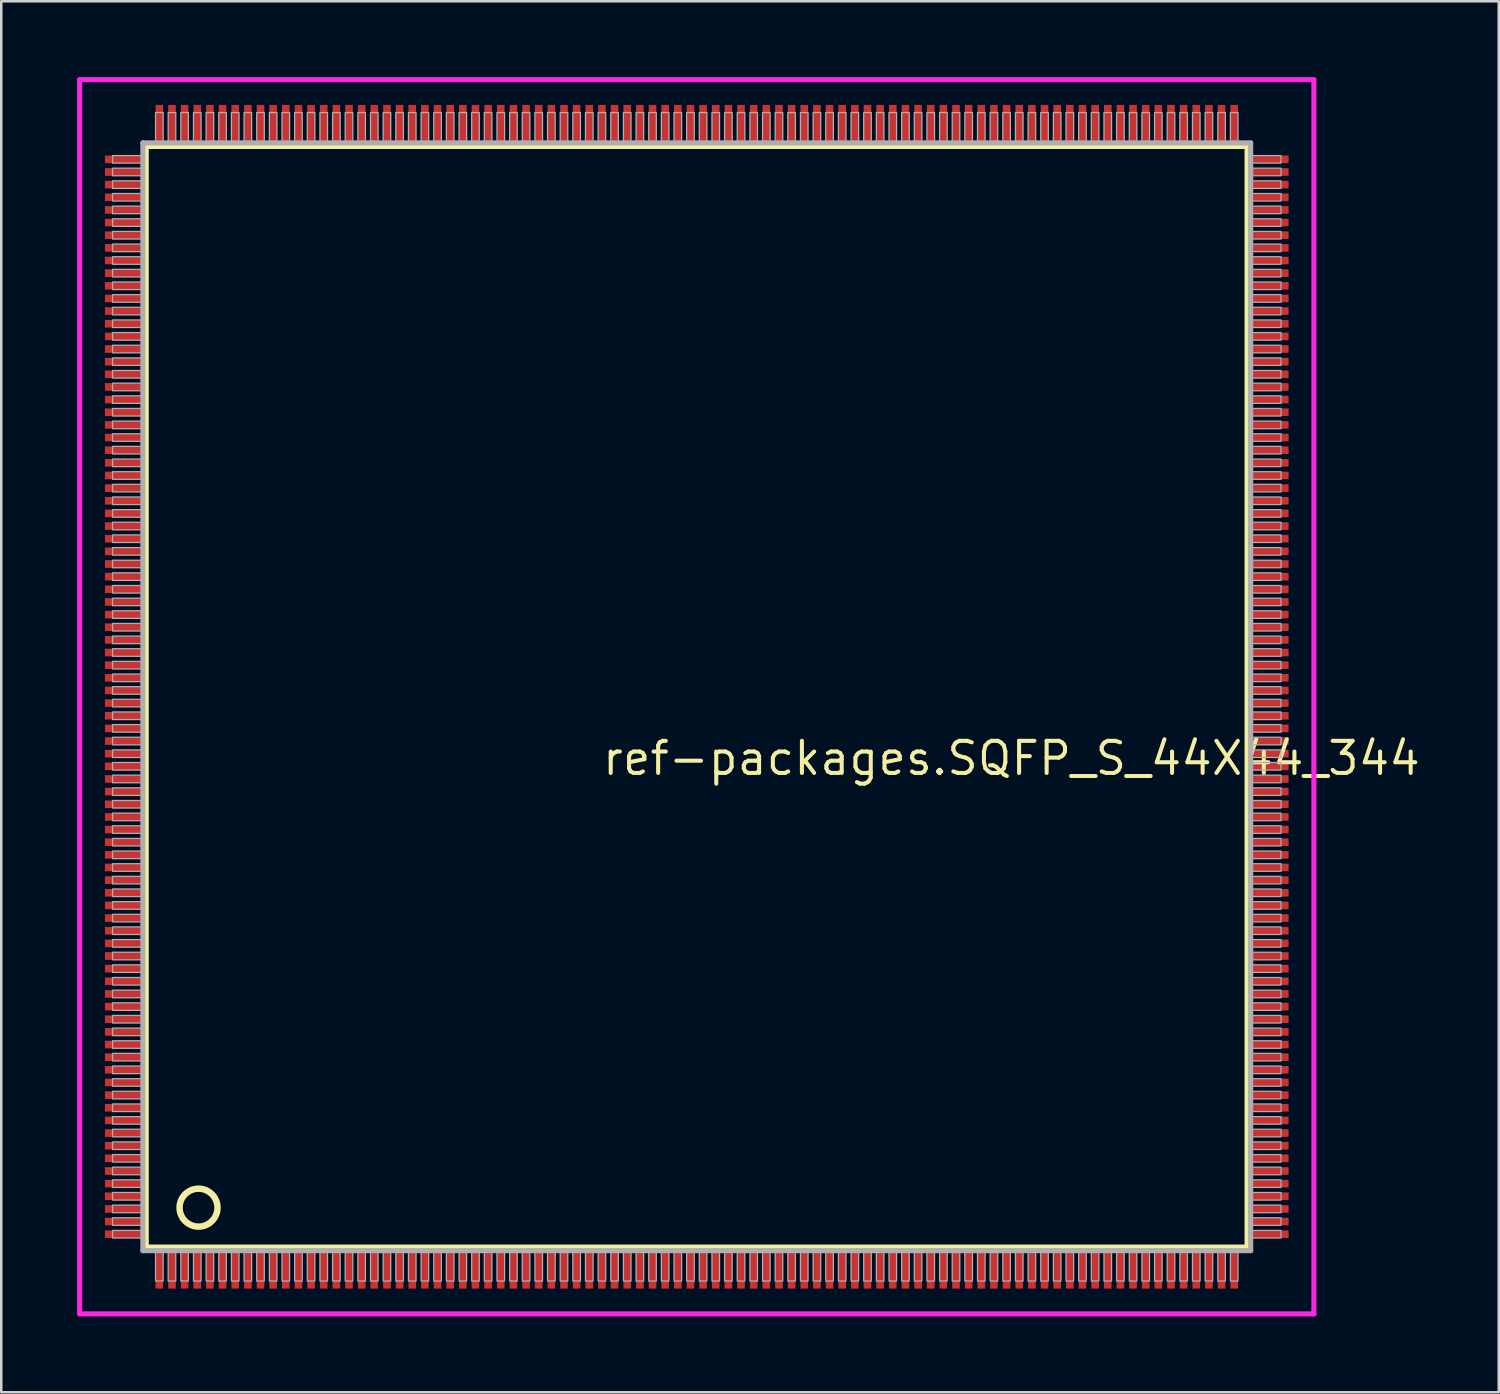
<source format=kicad_pcb>
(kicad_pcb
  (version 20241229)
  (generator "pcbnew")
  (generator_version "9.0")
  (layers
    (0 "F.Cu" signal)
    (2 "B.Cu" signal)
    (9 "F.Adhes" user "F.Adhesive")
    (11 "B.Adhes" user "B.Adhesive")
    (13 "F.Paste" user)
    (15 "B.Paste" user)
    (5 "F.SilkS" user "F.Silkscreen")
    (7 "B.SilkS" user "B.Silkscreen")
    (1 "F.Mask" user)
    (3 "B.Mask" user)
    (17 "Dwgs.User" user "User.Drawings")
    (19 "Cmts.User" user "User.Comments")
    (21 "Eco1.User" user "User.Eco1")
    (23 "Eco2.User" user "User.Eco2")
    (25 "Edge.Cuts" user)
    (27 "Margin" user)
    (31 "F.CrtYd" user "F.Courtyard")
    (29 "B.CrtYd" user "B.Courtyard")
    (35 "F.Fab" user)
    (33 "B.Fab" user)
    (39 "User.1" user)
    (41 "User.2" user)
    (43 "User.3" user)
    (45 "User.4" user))
  (footprint "ref-packages.SQFP_S_44X44_344"
    (layer "F.Cu")
    (at 24.5 24.5)
    (property "Reference" "ref-packages.SQFP_S_44X44_344" (at -3.81 3.175 0) (layer "F.SilkS") (effects (font (size 1.27 1.27) (thickness 0.16)) (justify left bottom)))
    (attr smd)
    (fp_line (start -21.77 -21.76) (end 21.76 -21.76) (stroke (width 0.203) (type default)) (layer "F.SilkS"))
    (fp_line (start -21.77 21.76) (end -21.77 -21.76) (stroke (width 0.203) (type default)) (layer "F.SilkS"))
    (fp_line (start 21.76 21.76) (end -21.77 21.76) (stroke (width 0.203) (type default)) (layer "F.SilkS"))
    (fp_line (start 21.76 -21.76) (end 21.76 21.76) (stroke (width 0.203) (type default)) (layer "F.SilkS"))
    (fp_circle (center -19.7 20.2) (end -18.95 20.2) (stroke (width 0.254) (type default)) (fill no) (layer "F.SilkS"))
    (fp_line (start -24.4 -24.4) (end 24.4 -24.4) (stroke (width 0.2) (type default)) (layer "F.CrtYd"))
    (fp_line (start -24.4 24.4) (end -24.4 -24.4) (stroke (width 0.2) (type default)) (layer "F.CrtYd"))
    (fp_line (start 24.4 -24.4) (end 24.4 24.4) (stroke (width 0.2) (type default)) (layer "F.CrtYd"))
    (fp_line (start 24.4 24.4) (end -24.4 24.4) (stroke (width 0.2) (type default)) (layer "F.CrtYd"))
    (fp_line (start -21.9 21.9) (end 21.9 21.9) (stroke (width 0.203) (type default)) (layer "F.Fab"))
    (fp_line (start -21.9 -21.9) (end -21.9 21.9) (stroke (width 0.203) (type default)) (layer "F.Fab"))
    (fp_line (start 21.9 21.9) (end 21.9 -21.9) (stroke (width 0.203) (type default)) (layer "F.Fab"))
    (fp_line (start 21.9 -21.9) (end -21.9 -21.9) (stroke (width 0.203) (type default)) (layer "F.Fab"))
    (fp_rect (start -23.1 -21.1) (end -21.95 -21.4) (stroke (width 0.05) (type default)) (fill no) (layer "F.Fab"))
    (fp_rect (start -23.1 -20.6) (end -21.95 -20.9) (stroke (width 0.05) (type default)) (fill no) (layer "F.Fab"))
    (fp_rect (start -23.1 -20.1) (end -21.95 -20.4) (stroke (width 0.05) (type default)) (fill no) (layer "F.Fab"))
    (fp_rect (start -23.1 -19.6) (end -21.95 -19.9) (stroke (width 0.05) (type default)) (fill no) (layer "F.Fab"))
    (fp_rect (start -23.1 -19.1) (end -21.95 -19.4) (stroke (width 0.05) (type default)) (fill no) (layer "F.Fab"))
    (fp_rect (start -23.1 -18.6) (end -21.95 -18.9) (stroke (width 0.05) (type default)) (fill no) (layer "F.Fab"))
    (fp_rect (start -23.1 -18.1) (end -21.95 -18.4) (stroke (width 0.05) (type default)) (fill no) (layer "F.Fab"))
    (fp_rect (start -23.1 -17.6) (end -21.95 -17.9) (stroke (width 0.05) (type default)) (fill no) (layer "F.Fab"))
    (fp_rect (start -23.1 -17.1) (end -21.95 -17.4) (stroke (width 0.05) (type default)) (fill no) (layer "F.Fab"))
    (fp_rect (start -23.1 -16.6) (end -21.95 -16.9) (stroke (width 0.05) (type default)) (fill no) (layer "F.Fab"))
    (fp_rect (start -23.1 -16.1) (end -21.95 -16.4) (stroke (width 0.05) (type default)) (fill no) (layer "F.Fab"))
    (fp_rect (start -23.1 -15.6) (end -21.95 -15.9) (stroke (width 0.05) (type default)) (fill no) (layer "F.Fab"))
    (fp_rect (start -23.1 -15.1) (end -21.95 -15.4) (stroke (width 0.05) (type default)) (fill no) (layer "F.Fab"))
    (fp_rect (start -23.1 -14.6) (end -21.95 -14.9) (stroke (width 0.05) (type default)) (fill no) (layer "F.Fab"))
    (fp_rect (start -23.1 -14.1) (end -21.95 -14.4) (stroke (width 0.05) (type default)) (fill no) (layer "F.Fab"))
    (fp_rect (start -23.1 -13.6) (end -21.95 -13.9) (stroke (width 0.05) (type default)) (fill no) (layer "F.Fab"))
    (fp_rect (start -23.1 -13.1) (end -21.95 -13.4) (stroke (width 0.05) (type default)) (fill no) (layer "F.Fab"))
    (fp_rect (start -23.1 -12.6) (end -21.95 -12.9) (stroke (width 0.05) (type default)) (fill no) (layer "F.Fab"))
    (fp_rect (start -23.1 -12.1) (end -21.95 -12.4) (stroke (width 0.05) (type default)) (fill no) (layer "F.Fab"))
    (fp_rect (start -23.1 -11.6) (end -21.95 -11.9) (stroke (width 0.05) (type default)) (fill no) (layer "F.Fab"))
    (fp_rect (start -23.1 -11.1) (end -21.95 -11.4) (stroke (width 0.05) (type default)) (fill no) (layer "F.Fab"))
    (fp_rect (start -23.1 -10.6) (end -21.95 -10.9) (stroke (width 0.05) (type default)) (fill no) (layer "F.Fab"))
    (fp_rect (start -23.1 -10.1) (end -21.95 -10.4) (stroke (width 0.05) (type default)) (fill no) (layer "F.Fab"))
    (fp_rect (start -23.1 -9.6) (end -21.95 -9.9) (stroke (width 0.05) (type default)) (fill no) (layer "F.Fab"))
    (fp_rect (start -23.1 -9.1) (end -21.95 -9.4) (stroke (width 0.05) (type default)) (fill no) (layer "F.Fab"))
    (fp_rect (start -23.1 -8.6) (end -21.95 -8.9) (stroke (width 0.05) (type default)) (fill no) (layer "F.Fab"))
    (fp_rect (start -23.1 -8.1) (end -21.95 -8.4) (stroke (width 0.05) (type default)) (fill no) (layer "F.Fab"))
    (fp_rect (start -23.1 -7.6) (end -21.95 -7.9) (stroke (width 0.05) (type default)) (fill no) (layer "F.Fab"))
    (fp_rect (start -23.1 -7.1) (end -21.95 -7.4) (stroke (width 0.05) (type default)) (fill no) (layer "F.Fab"))
    (fp_rect (start -23.1 -6.6) (end -21.95 -6.9) (stroke (width 0.05) (type default)) (fill no) (layer "F.Fab"))
    (fp_rect (start -23.1 -6.1) (end -21.95 -6.4) (stroke (width 0.05) (type default)) (fill no) (layer "F.Fab"))
    (fp_rect (start -23.1 -5.6) (end -21.95 -5.9) (stroke (width 0.05) (type default)) (fill no) (layer "F.Fab"))
    (fp_rect (start -23.1 -5.1) (end -21.95 -5.4) (stroke (width 0.05) (type default)) (fill no) (layer "F.Fab"))
    (fp_rect (start -23.1 -4.6) (end -21.95 -4.9) (stroke (width 0.05) (type default)) (fill no) (layer "F.Fab"))
    (fp_rect (start -23.1 -4.1) (end -21.95 -4.4) (stroke (width 0.05) (type default)) (fill no) (layer "F.Fab"))
    (fp_rect (start -23.1 -3.6) (end -21.95 -3.9) (stroke (width 0.05) (type default)) (fill no) (layer "F.Fab"))
    (fp_rect (start -23.1 -3.1) (end -21.95 -3.4) (stroke (width 0.05) (type default)) (fill no) (layer "F.Fab"))
    (fp_rect (start -23.1 -2.6) (end -21.95 -2.9) (stroke (width 0.05) (type default)) (fill no) (layer "F.Fab"))
    (fp_rect (start -23.1 -2.1) (end -21.95 -2.4) (stroke (width 0.05) (type default)) (fill no) (layer "F.Fab"))
    (fp_rect (start -23.1 -1.6) (end -21.95 -1.9) (stroke (width 0.05) (type default)) (fill no) (layer "F.Fab"))
    (fp_rect (start -23.1 -1.1) (end -21.95 -1.4) (stroke (width 0.05) (type default)) (fill no) (layer "F.Fab"))
    (fp_rect (start -23.1 -0.6) (end -21.95 -0.9) (stroke (width 0.05) (type default)) (fill no) (layer "F.Fab"))
    (fp_rect (start -23.1 -0.1) (end -21.95 -0.4) (stroke (width 0.05) (type default)) (fill no) (layer "F.Fab"))
    (fp_rect (start -23.1 0.4) (end -21.95 0.1) (stroke (width 0.05) (type default)) (fill no) (layer "F.Fab"))
    (fp_rect (start -23.1 0.9) (end -21.95 0.6) (stroke (width 0.05) (type default)) (fill no) (layer "F.Fab"))
    (fp_rect (start -23.1 1.4) (end -21.95 1.1) (stroke (width 0.05) (type default)) (fill no) (layer "F.Fab"))
    (fp_rect (start -23.1 1.9) (end -21.95 1.6) (stroke (width 0.05) (type default)) (fill no) (layer "F.Fab"))
    (fp_rect (start -23.1 2.4) (end -21.95 2.1) (stroke (width 0.05) (type default)) (fill no) (layer "F.Fab"))
    (fp_rect (start -23.1 2.9) (end -21.95 2.6) (stroke (width 0.05) (type default)) (fill no) (layer "F.Fab"))
    (fp_rect (start -23.1 3.4) (end -21.95 3.1) (stroke (width 0.05) (type default)) (fill no) (layer "F.Fab"))
    (fp_rect (start -23.1 3.9) (end -21.95 3.6) (stroke (width 0.05) (type default)) (fill no) (layer "F.Fab"))
    (fp_rect (start -23.1 4.4) (end -21.95 4.1) (stroke (width 0.05) (type default)) (fill no) (layer "F.Fab"))
    (fp_rect (start -23.1 4.9) (end -21.95 4.6) (stroke (width 0.05) (type default)) (fill no) (layer "F.Fab"))
    (fp_rect (start -23.1 5.4) (end -21.95 5.1) (stroke (width 0.05) (type default)) (fill no) (layer "F.Fab"))
    (fp_rect (start -23.1 5.9) (end -21.95 5.6) (stroke (width 0.05) (type default)) (fill no) (layer "F.Fab"))
    (fp_rect (start -23.1 6.4) (end -21.95 6.1) (stroke (width 0.05) (type default)) (fill no) (layer "F.Fab"))
    (fp_rect (start -23.1 6.9) (end -21.95 6.6) (stroke (width 0.05) (type default)) (fill no) (layer "F.Fab"))
    (fp_rect (start -23.1 7.4) (end -21.95 7.1) (stroke (width 0.05) (type default)) (fill no) (layer "F.Fab"))
    (fp_rect (start -23.1 7.9) (end -21.95 7.6) (stroke (width 0.05) (type default)) (fill no) (layer "F.Fab"))
    (fp_rect (start -23.1 8.4) (end -21.95 8.1) (stroke (width 0.05) (type default)) (fill no) (layer "F.Fab"))
    (fp_rect (start -23.1 8.9) (end -21.95 8.6) (stroke (width 0.05) (type default)) (fill no) (layer "F.Fab"))
    (fp_rect (start -23.1 9.4) (end -21.95 9.1) (stroke (width 0.05) (type default)) (fill no) (layer "F.Fab"))
    (fp_rect (start -23.1 9.9) (end -21.95 9.6) (stroke (width 0.05) (type default)) (fill no) (layer "F.Fab"))
    (fp_rect (start -23.1 10.4) (end -21.95 10.1) (stroke (width 0.05) (type default)) (fill no) (layer "F.Fab"))
    (fp_rect (start -23.1 10.9) (end -21.95 10.6) (stroke (width 0.05) (type default)) (fill no) (layer "F.Fab"))
    (fp_rect (start -23.1 11.4) (end -21.95 11.1) (stroke (width 0.05) (type default)) (fill no) (layer "F.Fab"))
    (fp_rect (start -23.1 11.9) (end -21.95 11.6) (stroke (width 0.05) (type default)) (fill no) (layer "F.Fab"))
    (fp_rect (start -23.1 12.4) (end -21.95 12.1) (stroke (width 0.05) (type default)) (fill no) (layer "F.Fab"))
    (fp_rect (start -23.1 12.9) (end -21.95 12.6) (stroke (width 0.05) (type default)) (fill no) (layer "F.Fab"))
    (fp_rect (start -23.1 13.4) (end -21.95 13.1) (stroke (width 0.05) (type default)) (fill no) (layer "F.Fab"))
    (fp_rect (start -23.1 13.9) (end -21.95 13.6) (stroke (width 0.05) (type default)) (fill no) (layer "F.Fab"))
    (fp_rect (start -23.1 14.4) (end -21.95 14.1) (stroke (width 0.05) (type default)) (fill no) (layer "F.Fab"))
    (fp_rect (start -23.1 14.9) (end -21.95 14.6) (stroke (width 0.05) (type default)) (fill no) (layer "F.Fab"))
    (fp_rect (start -23.1 15.4) (end -21.95 15.1) (stroke (width 0.05) (type default)) (fill no) (layer "F.Fab"))
    (fp_rect (start -23.1 15.9) (end -21.95 15.6) (stroke (width 0.05) (type default)) (fill no) (layer "F.Fab"))
    (fp_rect (start -23.1 16.4) (end -21.95 16.1) (stroke (width 0.05) (type default)) (fill no) (layer "F.Fab"))
    (fp_rect (start -23.1 16.9) (end -21.95 16.6) (stroke (width 0.05) (type default)) (fill no) (layer "F.Fab"))
    (fp_rect (start -23.1 17.4) (end -21.95 17.1) (stroke (width 0.05) (type default)) (fill no) (layer "F.Fab"))
    (fp_rect (start -23.1 17.9) (end -21.95 17.6) (stroke (width 0.05) (type default)) (fill no) (layer "F.Fab"))
    (fp_rect (start -23.1 18.4) (end -21.95 18.1) (stroke (width 0.05) (type default)) (fill no) (layer "F.Fab"))
    (fp_rect (start -23.1 18.9) (end -21.95 18.6) (stroke (width 0.05) (type default)) (fill no) (layer "F.Fab"))
    (fp_rect (start -23.1 19.4) (end -21.95 19.1) (stroke (width 0.05) (type default)) (fill no) (layer "F.Fab"))
    (fp_rect (start -23.1 19.9) (end -21.95 19.6) (stroke (width 0.05) (type default)) (fill no) (layer "F.Fab"))
    (fp_rect (start -23.1 20.4) (end -21.95 20.1) (stroke (width 0.05) (type default)) (fill no) (layer "F.Fab"))
    (fp_rect (start -23.1 20.9) (end -21.95 20.6) (stroke (width 0.05) (type default)) (fill no) (layer "F.Fab"))
    (fp_rect (start -23.1 21.4) (end -21.95 21.1) (stroke (width 0.05) (type default)) (fill no) (layer "F.Fab"))
    (fp_rect (start -21.4 -21.95) (end -21.1 -23.1) (stroke (width 0.05) (type default)) (fill no) (layer "F.Fab"))
    (fp_rect (start -21.4 23.1) (end -21.1 21.95) (stroke (width 0.05) (type default)) (fill no) (layer "F.Fab"))
    (fp_rect (start -20.9 -21.95) (end -20.6 -23.1) (stroke (width 0.05) (type default)) (fill no) (layer "F.Fab"))
    (fp_rect (start -20.9 23.1) (end -20.6 21.95) (stroke (width 0.05) (type default)) (fill no) (layer "F.Fab"))
    (fp_rect (start -20.4 -21.95) (end -20.1 -23.1) (stroke (width 0.05) (type default)) (fill no) (layer "F.Fab"))
    (fp_rect (start -20.4 23.1) (end -20.1 21.95) (stroke (width 0.05) (type default)) (fill no) (layer "F.Fab"))
    (fp_rect (start -19.9 -21.95) (end -19.6 -23.1) (stroke (width 0.05) (type default)) (fill no) (layer "F.Fab"))
    (fp_rect (start -19.9 23.1) (end -19.6 21.95) (stroke (width 0.05) (type default)) (fill no) (layer "F.Fab"))
    (fp_rect (start -19.4 -21.95) (end -19.1 -23.1) (stroke (width 0.05) (type default)) (fill no) (layer "F.Fab"))
    (fp_rect (start -19.4 23.1) (end -19.1 21.95) (stroke (width 0.05) (type default)) (fill no) (layer "F.Fab"))
    (fp_rect (start -18.9 -21.95) (end -18.6 -23.1) (stroke (width 0.05) (type default)) (fill no) (layer "F.Fab"))
    (fp_rect (start -18.9 23.1) (end -18.6 21.95) (stroke (width 0.05) (type default)) (fill no) (layer "F.Fab"))
    (fp_rect (start -18.4 -21.95) (end -18.1 -23.1) (stroke (width 0.05) (type default)) (fill no) (layer "F.Fab"))
    (fp_rect (start -18.4 23.1) (end -18.1 21.95) (stroke (width 0.05) (type default)) (fill no) (layer "F.Fab"))
    (fp_rect (start -17.9 -21.95) (end -17.6 -23.1) (stroke (width 0.05) (type default)) (fill no) (layer "F.Fab"))
    (fp_rect (start -17.9 23.1) (end -17.6 21.95) (stroke (width 0.05) (type default)) (fill no) (layer "F.Fab"))
    (fp_rect (start -17.4 -21.95) (end -17.1 -23.1) (stroke (width 0.05) (type default)) (fill no) (layer "F.Fab"))
    (fp_rect (start -17.4 23.1) (end -17.1 21.95) (stroke (width 0.05) (type default)) (fill no) (layer "F.Fab"))
    (fp_rect (start -16.9 -21.95) (end -16.6 -23.1) (stroke (width 0.05) (type default)) (fill no) (layer "F.Fab"))
    (fp_rect (start -16.9 23.1) (end -16.6 21.95) (stroke (width 0.05) (type default)) (fill no) (layer "F.Fab"))
    (fp_rect (start -16.4 -21.95) (end -16.1 -23.1) (stroke (width 0.05) (type default)) (fill no) (layer "F.Fab"))
    (fp_rect (start -16.4 23.1) (end -16.1 21.95) (stroke (width 0.05) (type default)) (fill no) (layer "F.Fab"))
    (fp_rect (start -15.9 -21.95) (end -15.6 -23.1) (stroke (width 0.05) (type default)) (fill no) (layer "F.Fab"))
    (fp_rect (start -15.9 23.1) (end -15.6 21.95) (stroke (width 0.05) (type default)) (fill no) (layer "F.Fab"))
    (fp_rect (start -15.4 -21.95) (end -15.1 -23.1) (stroke (width 0.05) (type default)) (fill no) (layer "F.Fab"))
    (fp_rect (start -15.4 23.1) (end -15.1 21.95) (stroke (width 0.05) (type default)) (fill no) (layer "F.Fab"))
    (fp_rect (start -14.9 -21.95) (end -14.6 -23.1) (stroke (width 0.05) (type default)) (fill no) (layer "F.Fab"))
    (fp_rect (start -14.9 23.1) (end -14.6 21.95) (stroke (width 0.05) (type default)) (fill no) (layer "F.Fab"))
    (fp_rect (start -14.4 -21.95) (end -14.1 -23.1) (stroke (width 0.05) (type default)) (fill no) (layer "F.Fab"))
    (fp_rect (start -14.4 23.1) (end -14.1 21.95) (stroke (width 0.05) (type default)) (fill no) (layer "F.Fab"))
    (fp_rect (start -13.9 -21.95) (end -13.6 -23.1) (stroke (width 0.05) (type default)) (fill no) (layer "F.Fab"))
    (fp_rect (start -13.9 23.1) (end -13.6 21.95) (stroke (width 0.05) (type default)) (fill no) (layer "F.Fab"))
    (fp_rect (start -13.4 -21.95) (end -13.1 -23.1) (stroke (width 0.05) (type default)) (fill no) (layer "F.Fab"))
    (fp_rect (start -13.4 23.1) (end -13.1 21.95) (stroke (width 0.05) (type default)) (fill no) (layer "F.Fab"))
    (fp_rect (start -12.9 -21.95) (end -12.6 -23.1) (stroke (width 0.05) (type default)) (fill no) (layer "F.Fab"))
    (fp_rect (start -12.9 23.1) (end -12.6 21.95) (stroke (width 0.05) (type default)) (fill no) (layer "F.Fab"))
    (fp_rect (start -12.4 -21.95) (end -12.1 -23.1) (stroke (width 0.05) (type default)) (fill no) (layer "F.Fab"))
    (fp_rect (start -12.4 23.1) (end -12.1 21.95) (stroke (width 0.05) (type default)) (fill no) (layer "F.Fab"))
    (fp_rect (start -11.9 -21.95) (end -11.6 -23.1) (stroke (width 0.05) (type default)) (fill no) (layer "F.Fab"))
    (fp_rect (start -11.9 23.1) (end -11.6 21.95) (stroke (width 0.05) (type default)) (fill no) (layer "F.Fab"))
    (fp_rect (start -11.4 -21.95) (end -11.1 -23.1) (stroke (width 0.05) (type default)) (fill no) (layer "F.Fab"))
    (fp_rect (start -11.4 23.1) (end -11.1 21.95) (stroke (width 0.05) (type default)) (fill no) (layer "F.Fab"))
    (fp_rect (start -10.9 -21.95) (end -10.6 -23.1) (stroke (width 0.05) (type default)) (fill no) (layer "F.Fab"))
    (fp_rect (start -10.9 23.1) (end -10.6 21.95) (stroke (width 0.05) (type default)) (fill no) (layer "F.Fab"))
    (fp_rect (start -10.4 -21.95) (end -10.1 -23.1) (stroke (width 0.05) (type default)) (fill no) (layer "F.Fab"))
    (fp_rect (start -10.4 23.1) (end -10.1 21.95) (stroke (width 0.05) (type default)) (fill no) (layer "F.Fab"))
    (fp_rect (start -9.9 -21.95) (end -9.6 -23.1) (stroke (width 0.05) (type default)) (fill no) (layer "F.Fab"))
    (fp_rect (start -9.9 23.1) (end -9.6 21.95) (stroke (width 0.05) (type default)) (fill no) (layer "F.Fab"))
    (fp_rect (start -9.4 -21.95) (end -9.1 -23.1) (stroke (width 0.05) (type default)) (fill no) (layer "F.Fab"))
    (fp_rect (start -9.4 23.1) (end -9.1 21.95) (stroke (width 0.05) (type default)) (fill no) (layer "F.Fab"))
    (fp_rect (start -8.9 -21.95) (end -8.6 -23.1) (stroke (width 0.05) (type default)) (fill no) (layer "F.Fab"))
    (fp_rect (start -8.9 23.1) (end -8.6 21.95) (stroke (width 0.05) (type default)) (fill no) (layer "F.Fab"))
    (fp_rect (start -8.4 -21.95) (end -8.1 -23.1) (stroke (width 0.05) (type default)) (fill no) (layer "F.Fab"))
    (fp_rect (start -8.4 23.1) (end -8.1 21.95) (stroke (width 0.05) (type default)) (fill no) (layer "F.Fab"))
    (fp_rect (start -7.9 -21.95) (end -7.6 -23.1) (stroke (width 0.05) (type default)) (fill no) (layer "F.Fab"))
    (fp_rect (start -7.9 23.1) (end -7.6 21.95) (stroke (width 0.05) (type default)) (fill no) (layer "F.Fab"))
    (fp_rect (start -7.4 -21.95) (end -7.1 -23.1) (stroke (width 0.05) (type default)) (fill no) (layer "F.Fab"))
    (fp_rect (start -7.4 23.1) (end -7.1 21.95) (stroke (width 0.05) (type default)) (fill no) (layer "F.Fab"))
    (fp_rect (start -6.9 -21.95) (end -6.6 -23.1) (stroke (width 0.05) (type default)) (fill no) (layer "F.Fab"))
    (fp_rect (start -6.9 23.1) (end -6.6 21.95) (stroke (width 0.05) (type default)) (fill no) (layer "F.Fab"))
    (fp_rect (start -6.4 -21.95) (end -6.1 -23.1) (stroke (width 0.05) (type default)) (fill no) (layer "F.Fab"))
    (fp_rect (start -6.4 23.1) (end -6.1 21.95) (stroke (width 0.05) (type default)) (fill no) (layer "F.Fab"))
    (fp_rect (start -5.9 -21.95) (end -5.6 -23.1) (stroke (width 0.05) (type default)) (fill no) (layer "F.Fab"))
    (fp_rect (start -5.9 23.1) (end -5.6 21.95) (stroke (width 0.05) (type default)) (fill no) (layer "F.Fab"))
    (fp_rect (start -5.4 -21.95) (end -5.1 -23.1) (stroke (width 0.05) (type default)) (fill no) (layer "F.Fab"))
    (fp_rect (start -5.4 23.1) (end -5.1 21.95) (stroke (width 0.05) (type default)) (fill no) (layer "F.Fab"))
    (fp_rect (start -4.9 -21.95) (end -4.6 -23.1) (stroke (width 0.05) (type default)) (fill no) (layer "F.Fab"))
    (fp_rect (start -4.9 23.1) (end -4.6 21.95) (stroke (width 0.05) (type default)) (fill no) (layer "F.Fab"))
    (fp_rect (start -4.4 -21.95) (end -4.1 -23.1) (stroke (width 0.05) (type default)) (fill no) (layer "F.Fab"))
    (fp_rect (start -4.4 23.1) (end -4.1 21.95) (stroke (width 0.05) (type default)) (fill no) (layer "F.Fab"))
    (fp_rect (start -3.9 -21.95) (end -3.6 -23.1) (stroke (width 0.05) (type default)) (fill no) (layer "F.Fab"))
    (fp_rect (start -3.9 23.1) (end -3.6 21.95) (stroke (width 0.05) (type default)) (fill no) (layer "F.Fab"))
    (fp_rect (start -3.4 -21.95) (end -3.1 -23.1) (stroke (width 0.05) (type default)) (fill no) (layer "F.Fab"))
    (fp_rect (start -3.4 23.1) (end -3.1 21.95) (stroke (width 0.05) (type default)) (fill no) (layer "F.Fab"))
    (fp_rect (start -2.9 -21.95) (end -2.6 -23.1) (stroke (width 0.05) (type default)) (fill no) (layer "F.Fab"))
    (fp_rect (start -2.9 23.1) (end -2.6 21.95) (stroke (width 0.05) (type default)) (fill no) (layer "F.Fab"))
    (fp_rect (start -2.4 -21.95) (end -2.1 -23.1) (stroke (width 0.05) (type default)) (fill no) (layer "F.Fab"))
    (fp_rect (start -2.4 23.1) (end -2.1 21.95) (stroke (width 0.05) (type default)) (fill no) (layer "F.Fab"))
    (fp_rect (start -1.9 -21.95) (end -1.6 -23.1) (stroke (width 0.05) (type default)) (fill no) (layer "F.Fab"))
    (fp_rect (start -1.9 23.1) (end -1.6 21.95) (stroke (width 0.05) (type default)) (fill no) (layer "F.Fab"))
    (fp_rect (start -1.4 -21.95) (end -1.1 -23.1) (stroke (width 0.05) (type default)) (fill no) (layer "F.Fab"))
    (fp_rect (start -1.4 23.1) (end -1.1 21.95) (stroke (width 0.05) (type default)) (fill no) (layer "F.Fab"))
    (fp_rect (start -0.9 -21.95) (end -0.6 -23.1) (stroke (width 0.05) (type default)) (fill no) (layer "F.Fab"))
    (fp_rect (start -0.9 23.1) (end -0.6 21.95) (stroke (width 0.05) (type default)) (fill no) (layer "F.Fab"))
    (fp_rect (start -0.4 -21.95) (end -0.1 -23.1) (stroke (width 0.05) (type default)) (fill no) (layer "F.Fab"))
    (fp_rect (start -0.4 23.1) (end -0.1 21.95) (stroke (width 0.05) (type default)) (fill no) (layer "F.Fab"))
    (fp_rect (start 0.1 -21.95) (end 0.4 -23.1) (stroke (width 0.05) (type default)) (fill no) (layer "F.Fab"))
    (fp_rect (start 0.1 23.1) (end 0.4 21.95) (stroke (width 0.05) (type default)) (fill no) (layer "F.Fab"))
    (fp_rect (start 0.6 -21.95) (end 0.9 -23.1) (stroke (width 0.05) (type default)) (fill no) (layer "F.Fab"))
    (fp_rect (start 0.6 23.1) (end 0.9 21.95) (stroke (width 0.05) (type default)) (fill no) (layer "F.Fab"))
    (fp_rect (start 1.1 -21.95) (end 1.4 -23.1) (stroke (width 0.05) (type default)) (fill no) (layer "F.Fab"))
    (fp_rect (start 1.1 23.1) (end 1.4 21.95) (stroke (width 0.05) (type default)) (fill no) (layer "F.Fab"))
    (fp_rect (start 1.6 -21.95) (end 1.9 -23.1) (stroke (width 0.05) (type default)) (fill no) (layer "F.Fab"))
    (fp_rect (start 1.6 23.1) (end 1.9 21.95) (stroke (width 0.05) (type default)) (fill no) (layer "F.Fab"))
    (fp_rect (start 2.1 -21.95) (end 2.4 -23.1) (stroke (width 0.05) (type default)) (fill no) (layer "F.Fab"))
    (fp_rect (start 2.1 23.1) (end 2.4 21.95) (stroke (width 0.05) (type default)) (fill no) (layer "F.Fab"))
    (fp_rect (start 2.6 -21.95) (end 2.9 -23.1) (stroke (width 0.05) (type default)) (fill no) (layer "F.Fab"))
    (fp_rect (start 2.6 23.1) (end 2.9 21.95) (stroke (width 0.05) (type default)) (fill no) (layer "F.Fab"))
    (fp_rect (start 3.1 -21.95) (end 3.4 -23.1) (stroke (width 0.05) (type default)) (fill no) (layer "F.Fab"))
    (fp_rect (start 3.1 23.1) (end 3.4 21.95) (stroke (width 0.05) (type default)) (fill no) (layer "F.Fab"))
    (fp_rect (start 3.6 -21.95) (end 3.9 -23.1) (stroke (width 0.05) (type default)) (fill no) (layer "F.Fab"))
    (fp_rect (start 3.6 23.1) (end 3.9 21.95) (stroke (width 0.05) (type default)) (fill no) (layer "F.Fab"))
    (fp_rect (start 4.1 -21.95) (end 4.4 -23.1) (stroke (width 0.05) (type default)) (fill no) (layer "F.Fab"))
    (fp_rect (start 4.1 23.1) (end 4.4 21.95) (stroke (width 0.05) (type default)) (fill no) (layer "F.Fab"))
    (fp_rect (start 4.6 -21.95) (end 4.9 -23.1) (stroke (width 0.05) (type default)) (fill no) (layer "F.Fab"))
    (fp_rect (start 4.6 23.1) (end 4.9 21.95) (stroke (width 0.05) (type default)) (fill no) (layer "F.Fab"))
    (fp_rect (start 5.1 -21.95) (end 5.4 -23.1) (stroke (width 0.05) (type default)) (fill no) (layer "F.Fab"))
    (fp_rect (start 5.1 23.1) (end 5.4 21.95) (stroke (width 0.05) (type default)) (fill no) (layer "F.Fab"))
    (fp_rect (start 5.6 -21.95) (end 5.9 -23.1) (stroke (width 0.05) (type default)) (fill no) (layer "F.Fab"))
    (fp_rect (start 5.6 23.1) (end 5.9 21.95) (stroke (width 0.05) (type default)) (fill no) (layer "F.Fab"))
    (fp_rect (start 6.1 -21.95) (end 6.4 -23.1) (stroke (width 0.05) (type default)) (fill no) (layer "F.Fab"))
    (fp_rect (start 6.1 23.1) (end 6.4 21.95) (stroke (width 0.05) (type default)) (fill no) (layer "F.Fab"))
    (fp_rect (start 6.6 -21.95) (end 6.9 -23.1) (stroke (width 0.05) (type default)) (fill no) (layer "F.Fab"))
    (fp_rect (start 6.6 23.1) (end 6.9 21.95) (stroke (width 0.05) (type default)) (fill no) (layer "F.Fab"))
    (fp_rect (start 7.1 -21.95) (end 7.4 -23.1) (stroke (width 0.05) (type default)) (fill no) (layer "F.Fab"))
    (fp_rect (start 7.1 23.1) (end 7.4 21.95) (stroke (width 0.05) (type default)) (fill no) (layer "F.Fab"))
    (fp_rect (start 7.6 -21.95) (end 7.9 -23.1) (stroke (width 0.05) (type default)) (fill no) (layer "F.Fab"))
    (fp_rect (start 7.6 23.1) (end 7.9 21.95) (stroke (width 0.05) (type default)) (fill no) (layer "F.Fab"))
    (fp_rect (start 8.1 -21.95) (end 8.4 -23.1) (stroke (width 0.05) (type default)) (fill no) (layer "F.Fab"))
    (fp_rect (start 8.1 23.1) (end 8.4 21.95) (stroke (width 0.05) (type default)) (fill no) (layer "F.Fab"))
    (fp_rect (start 8.6 -21.95) (end 8.9 -23.1) (stroke (width 0.05) (type default)) (fill no) (layer "F.Fab"))
    (fp_rect (start 8.6 23.1) (end 8.9 21.95) (stroke (width 0.05) (type default)) (fill no) (layer "F.Fab"))
    (fp_rect (start 9.1 -21.95) (end 9.4 -23.1) (stroke (width 0.05) (type default)) (fill no) (layer "F.Fab"))
    (fp_rect (start 9.1 23.1) (end 9.4 21.95) (stroke (width 0.05) (type default)) (fill no) (layer "F.Fab"))
    (fp_rect (start 9.6 -21.95) (end 9.9 -23.1) (stroke (width 0.05) (type default)) (fill no) (layer "F.Fab"))
    (fp_rect (start 9.6 23.1) (end 9.9 21.95) (stroke (width 0.05) (type default)) (fill no) (layer "F.Fab"))
    (fp_rect (start 10.1 -21.95) (end 10.4 -23.1) (stroke (width 0.05) (type default)) (fill no) (layer "F.Fab"))
    (fp_rect (start 10.1 23.1) (end 10.4 21.95) (stroke (width 0.05) (type default)) (fill no) (layer "F.Fab"))
    (fp_rect (start 10.6 -21.95) (end 10.9 -23.1) (stroke (width 0.05) (type default)) (fill no) (layer "F.Fab"))
    (fp_rect (start 10.6 23.1) (end 10.9 21.95) (stroke (width 0.05) (type default)) (fill no) (layer "F.Fab"))
    (fp_rect (start 11.1 -21.95) (end 11.4 -23.1) (stroke (width 0.05) (type default)) (fill no) (layer "F.Fab"))
    (fp_rect (start 11.1 23.1) (end 11.4 21.95) (stroke (width 0.05) (type default)) (fill no) (layer "F.Fab"))
    (fp_rect (start 11.6 -21.95) (end 11.9 -23.1) (stroke (width 0.05) (type default)) (fill no) (layer "F.Fab"))
    (fp_rect (start 11.6 23.1) (end 11.9 21.95) (stroke (width 0.05) (type default)) (fill no) (layer "F.Fab"))
    (fp_rect (start 12.1 -21.95) (end 12.4 -23.1) (stroke (width 0.05) (type default)) (fill no) (layer "F.Fab"))
    (fp_rect (start 12.1 23.1) (end 12.4 21.95) (stroke (width 0.05) (type default)) (fill no) (layer "F.Fab"))
    (fp_rect (start 12.6 -21.95) (end 12.9 -23.1) (stroke (width 0.05) (type default)) (fill no) (layer "F.Fab"))
    (fp_rect (start 12.6 23.1) (end 12.9 21.95) (stroke (width 0.05) (type default)) (fill no) (layer "F.Fab"))
    (fp_rect (start 13.1 -21.95) (end 13.4 -23.1) (stroke (width 0.05) (type default)) (fill no) (layer "F.Fab"))
    (fp_rect (start 13.1 23.1) (end 13.4 21.95) (stroke (width 0.05) (type default)) (fill no) (layer "F.Fab"))
    (fp_rect (start 13.6 -21.95) (end 13.9 -23.1) (stroke (width 0.05) (type default)) (fill no) (layer "F.Fab"))
    (fp_rect (start 13.6 23.1) (end 13.9 21.95) (stroke (width 0.05) (type default)) (fill no) (layer "F.Fab"))
    (fp_rect (start 14.1 -21.95) (end 14.4 -23.1) (stroke (width 0.05) (type default)) (fill no) (layer "F.Fab"))
    (fp_rect (start 14.1 23.1) (end 14.4 21.95) (stroke (width 0.05) (type default)) (fill no) (layer "F.Fab"))
    (fp_rect (start 14.6 -21.95) (end 14.9 -23.1) (stroke (width 0.05) (type default)) (fill no) (layer "F.Fab"))
    (fp_rect (start 14.6 23.1) (end 14.9 21.95) (stroke (width 0.05) (type default)) (fill no) (layer "F.Fab"))
    (fp_rect (start 15.1 -21.95) (end 15.4 -23.1) (stroke (width 0.05) (type default)) (fill no) (layer "F.Fab"))
    (fp_rect (start 15.1 23.1) (end 15.4 21.95) (stroke (width 0.05) (type default)) (fill no) (layer "F.Fab"))
    (fp_rect (start 15.6 -21.95) (end 15.9 -23.1) (stroke (width 0.05) (type default)) (fill no) (layer "F.Fab"))
    (fp_rect (start 15.6 23.1) (end 15.9 21.95) (stroke (width 0.05) (type default)) (fill no) (layer "F.Fab"))
    (fp_rect (start 16.1 -21.95) (end 16.4 -23.1) (stroke (width 0.05) (type default)) (fill no) (layer "F.Fab"))
    (fp_rect (start 16.1 23.1) (end 16.4 21.95) (stroke (width 0.05) (type default)) (fill no) (layer "F.Fab"))
    (fp_rect (start 16.6 -21.95) (end 16.9 -23.1) (stroke (width 0.05) (type default)) (fill no) (layer "F.Fab"))
    (fp_rect (start 16.6 23.1) (end 16.9 21.95) (stroke (width 0.05) (type default)) (fill no) (layer "F.Fab"))
    (fp_rect (start 17.1 -21.95) (end 17.4 -23.1) (stroke (width 0.05) (type default)) (fill no) (layer "F.Fab"))
    (fp_rect (start 17.1 23.1) (end 17.4 21.95) (stroke (width 0.05) (type default)) (fill no) (layer "F.Fab"))
    (fp_rect (start 17.6 -21.95) (end 17.9 -23.1) (stroke (width 0.05) (type default)) (fill no) (layer "F.Fab"))
    (fp_rect (start 17.6 23.1) (end 17.9 21.95) (stroke (width 0.05) (type default)) (fill no) (layer "F.Fab"))
    (fp_rect (start 18.1 -21.95) (end 18.4 -23.1) (stroke (width 0.05) (type default)) (fill no) (layer "F.Fab"))
    (fp_rect (start 18.1 23.1) (end 18.4 21.95) (stroke (width 0.05) (type default)) (fill no) (layer "F.Fab"))
    (fp_rect (start 18.6 -21.95) (end 18.9 -23.1) (stroke (width 0.05) (type default)) (fill no) (layer "F.Fab"))
    (fp_rect (start 18.6 23.1) (end 18.9 21.95) (stroke (width 0.05) (type default)) (fill no) (layer "F.Fab"))
    (fp_rect (start 19.1 -21.95) (end 19.4 -23.1) (stroke (width 0.05) (type default)) (fill no) (layer "F.Fab"))
    (fp_rect (start 19.1 23.1) (end 19.4 21.95) (stroke (width 0.05) (type default)) (fill no) (layer "F.Fab"))
    (fp_rect (start 19.6 -21.95) (end 19.9 -23.1) (stroke (width 0.05) (type default)) (fill no) (layer "F.Fab"))
    (fp_rect (start 19.6 23.1) (end 19.9 21.95) (stroke (width 0.05) (type default)) (fill no) (layer "F.Fab"))
    (fp_rect (start 20.1 -21.95) (end 20.4 -23.1) (stroke (width 0.05) (type default)) (fill no) (layer "F.Fab"))
    (fp_rect (start 20.1 23.1) (end 20.4 21.95) (stroke (width 0.05) (type default)) (fill no) (layer "F.Fab"))
    (fp_rect (start 20.6 -21.95) (end 20.9 -23.1) (stroke (width 0.05) (type default)) (fill no) (layer "F.Fab"))
    (fp_rect (start 20.6 23.1) (end 20.9 21.95) (stroke (width 0.05) (type default)) (fill no) (layer "F.Fab"))
    (fp_rect (start 21.1 -21.95) (end 21.4 -23.1) (stroke (width 0.05) (type default)) (fill no) (layer "F.Fab"))
    (fp_rect (start 21.1 23.1) (end 21.4 21.95) (stroke (width 0.05) (type default)) (fill no) (layer "F.Fab"))
    (fp_rect (start 21.95 -21.1) (end 23.1 -21.4) (stroke (width 0.05) (type default)) (fill no) (layer "F.Fab"))
    (fp_rect (start 21.95 -20.6) (end 23.1 -20.9) (stroke (width 0.05) (type default)) (fill no) (layer "F.Fab"))
    (fp_rect (start 21.95 -20.1) (end 23.1 -20.4) (stroke (width 0.05) (type default)) (fill no) (layer "F.Fab"))
    (fp_rect (start 21.95 -19.6) (end 23.1 -19.9) (stroke (width 0.05) (type default)) (fill no) (layer "F.Fab"))
    (fp_rect (start 21.95 -19.1) (end 23.1 -19.4) (stroke (width 0.05) (type default)) (fill no) (layer "F.Fab"))
    (fp_rect (start 21.95 -18.6) (end 23.1 -18.9) (stroke (width 0.05) (type default)) (fill no) (layer "F.Fab"))
    (fp_rect (start 21.95 -18.1) (end 23.1 -18.4) (stroke (width 0.05) (type default)) (fill no) (layer "F.Fab"))
    (fp_rect (start 21.95 -17.6) (end 23.1 -17.9) (stroke (width 0.05) (type default)) (fill no) (layer "F.Fab"))
    (fp_rect (start 21.95 -17.1) (end 23.1 -17.4) (stroke (width 0.05) (type default)) (fill no) (layer "F.Fab"))
    (fp_rect (start 21.95 -16.6) (end 23.1 -16.9) (stroke (width 0.05) (type default)) (fill no) (layer "F.Fab"))
    (fp_rect (start 21.95 -16.1) (end 23.1 -16.4) (stroke (width 0.05) (type default)) (fill no) (layer "F.Fab"))
    (fp_rect (start 21.95 -15.6) (end 23.1 -15.9) (stroke (width 0.05) (type default)) (fill no) (layer "F.Fab"))
    (fp_rect (start 21.95 -15.1) (end 23.1 -15.4) (stroke (width 0.05) (type default)) (fill no) (layer "F.Fab"))
    (fp_rect (start 21.95 -14.6) (end 23.1 -14.9) (stroke (width 0.05) (type default)) (fill no) (layer "F.Fab"))
    (fp_rect (start 21.95 -14.1) (end 23.1 -14.4) (stroke (width 0.05) (type default)) (fill no) (layer "F.Fab"))
    (fp_rect (start 21.95 -13.6) (end 23.1 -13.9) (stroke (width 0.05) (type default)) (fill no) (layer "F.Fab"))
    (fp_rect (start 21.95 -13.1) (end 23.1 -13.4) (stroke (width 0.05) (type default)) (fill no) (layer "F.Fab"))
    (fp_rect (start 21.95 -12.6) (end 23.1 -12.9) (stroke (width 0.05) (type default)) (fill no) (layer "F.Fab"))
    (fp_rect (start 21.95 -12.1) (end 23.1 -12.4) (stroke (width 0.05) (type default)) (fill no) (layer "F.Fab"))
    (fp_rect (start 21.95 -11.6) (end 23.1 -11.9) (stroke (width 0.05) (type default)) (fill no) (layer "F.Fab"))
    (fp_rect (start 21.95 -11.1) (end 23.1 -11.4) (stroke (width 0.05) (type default)) (fill no) (layer "F.Fab"))
    (fp_rect (start 21.95 -10.6) (end 23.1 -10.9) (stroke (width 0.05) (type default)) (fill no) (layer "F.Fab"))
    (fp_rect (start 21.95 -10.1) (end 23.1 -10.4) (stroke (width 0.05) (type default)) (fill no) (layer "F.Fab"))
    (fp_rect (start 21.95 -9.6) (end 23.1 -9.9) (stroke (width 0.05) (type default)) (fill no) (layer "F.Fab"))
    (fp_rect (start 21.95 -9.1) (end 23.1 -9.4) (stroke (width 0.05) (type default)) (fill no) (layer "F.Fab"))
    (fp_rect (start 21.95 -8.6) (end 23.1 -8.9) (stroke (width 0.05) (type default)) (fill no) (layer "F.Fab"))
    (fp_rect (start 21.95 -8.1) (end 23.1 -8.4) (stroke (width 0.05) (type default)) (fill no) (layer "F.Fab"))
    (fp_rect (start 21.95 -7.6) (end 23.1 -7.9) (stroke (width 0.05) (type default)) (fill no) (layer "F.Fab"))
    (fp_rect (start 21.95 -7.1) (end 23.1 -7.4) (stroke (width 0.05) (type default)) (fill no) (layer "F.Fab"))
    (fp_rect (start 21.95 -6.6) (end 23.1 -6.9) (stroke (width 0.05) (type default)) (fill no) (layer "F.Fab"))
    (fp_rect (start 21.95 -6.1) (end 23.1 -6.4) (stroke (width 0.05) (type default)) (fill no) (layer "F.Fab"))
    (fp_rect (start 21.95 -5.6) (end 23.1 -5.9) (stroke (width 0.05) (type default)) (fill no) (layer "F.Fab"))
    (fp_rect (start 21.95 -5.1) (end 23.1 -5.4) (stroke (width 0.05) (type default)) (fill no) (layer "F.Fab"))
    (fp_rect (start 21.95 -4.6) (end 23.1 -4.9) (stroke (width 0.05) (type default)) (fill no) (layer "F.Fab"))
    (fp_rect (start 21.95 -4.1) (end 23.1 -4.4) (stroke (width 0.05) (type default)) (fill no) (layer "F.Fab"))
    (fp_rect (start 21.95 -3.6) (end 23.1 -3.9) (stroke (width 0.05) (type default)) (fill no) (layer "F.Fab"))
    (fp_rect (start 21.95 -3.1) (end 23.1 -3.4) (stroke (width 0.05) (type default)) (fill no) (layer "F.Fab"))
    (fp_rect (start 21.95 -2.6) (end 23.1 -2.9) (stroke (width 0.05) (type default)) (fill no) (layer "F.Fab"))
    (fp_rect (start 21.95 -2.1) (end 23.1 -2.4) (stroke (width 0.05) (type default)) (fill no) (layer "F.Fab"))
    (fp_rect (start 21.95 -1.6) (end 23.1 -1.9) (stroke (width 0.05) (type default)) (fill no) (layer "F.Fab"))
    (fp_rect (start 21.95 -1.1) (end 23.1 -1.4) (stroke (width 0.05) (type default)) (fill no) (layer "F.Fab"))
    (fp_rect (start 21.95 -0.6) (end 23.1 -0.9) (stroke (width 0.05) (type default)) (fill no) (layer "F.Fab"))
    (fp_rect (start 21.95 -0.1) (end 23.1 -0.4) (stroke (width 0.05) (type default)) (fill no) (layer "F.Fab"))
    (fp_rect (start 21.95 0.4) (end 23.1 0.1) (stroke (width 0.05) (type default)) (fill no) (layer "F.Fab"))
    (fp_rect (start 21.95 0.9) (end 23.1 0.6) (stroke (width 0.05) (type default)) (fill no) (layer "F.Fab"))
    (fp_rect (start 21.95 1.4) (end 23.1 1.1) (stroke (width 0.05) (type default)) (fill no) (layer "F.Fab"))
    (fp_rect (start 21.95 1.9) (end 23.1 1.6) (stroke (width 0.05) (type default)) (fill no) (layer "F.Fab"))
    (fp_rect (start 21.95 2.4) (end 23.1 2.1) (stroke (width 0.05) (type default)) (fill no) (layer "F.Fab"))
    (fp_rect (start 21.95 2.9) (end 23.1 2.6) (stroke (width 0.05) (type default)) (fill no) (layer "F.Fab"))
    (fp_rect (start 21.95 3.4) (end 23.1 3.1) (stroke (width 0.05) (type default)) (fill no) (layer "F.Fab"))
    (fp_rect (start 21.95 3.9) (end 23.1 3.6) (stroke (width 0.05) (type default)) (fill no) (layer "F.Fab"))
    (fp_rect (start 21.95 4.4) (end 23.1 4.1) (stroke (width 0.05) (type default)) (fill no) (layer "F.Fab"))
    (fp_rect (start 21.95 4.9) (end 23.1 4.6) (stroke (width 0.05) (type default)) (fill no) (layer "F.Fab"))
    (fp_rect (start 21.95 5.4) (end 23.1 5.1) (stroke (width 0.05) (type default)) (fill no) (layer "F.Fab"))
    (fp_rect (start 21.95 5.9) (end 23.1 5.6) (stroke (width 0.05) (type default)) (fill no) (layer "F.Fab"))
    (fp_rect (start 21.95 6.4) (end 23.1 6.1) (stroke (width 0.05) (type default)) (fill no) (layer "F.Fab"))
    (fp_rect (start 21.95 6.9) (end 23.1 6.6) (stroke (width 0.05) (type default)) (fill no) (layer "F.Fab"))
    (fp_rect (start 21.95 7.4) (end 23.1 7.1) (stroke (width 0.05) (type default)) (fill no) (layer "F.Fab"))
    (fp_rect (start 21.95 7.9) (end 23.1 7.6) (stroke (width 0.05) (type default)) (fill no) (layer "F.Fab"))
    (fp_rect (start 21.95 8.4) (end 23.1 8.1) (stroke (width 0.05) (type default)) (fill no) (layer "F.Fab"))
    (fp_rect (start 21.95 8.9) (end 23.1 8.6) (stroke (width 0.05) (type default)) (fill no) (layer "F.Fab"))
    (fp_rect (start 21.95 9.4) (end 23.1 9.1) (stroke (width 0.05) (type default)) (fill no) (layer "F.Fab"))
    (fp_rect (start 21.95 9.9) (end 23.1 9.6) (stroke (width 0.05) (type default)) (fill no) (layer "F.Fab"))
    (fp_rect (start 21.95 10.4) (end 23.1 10.1) (stroke (width 0.05) (type default)) (fill no) (layer "F.Fab"))
    (fp_rect (start 21.95 10.9) (end 23.1 10.6) (stroke (width 0.05) (type default)) (fill no) (layer "F.Fab"))
    (fp_rect (start 21.95 11.4) (end 23.1 11.1) (stroke (width 0.05) (type default)) (fill no) (layer "F.Fab"))
    (fp_rect (start 21.95 11.9) (end 23.1 11.6) (stroke (width 0.05) (type default)) (fill no) (layer "F.Fab"))
    (fp_rect (start 21.95 12.4) (end 23.1 12.1) (stroke (width 0.05) (type default)) (fill no) (layer "F.Fab"))
    (fp_rect (start 21.95 12.9) (end 23.1 12.6) (stroke (width 0.05) (type default)) (fill no) (layer "F.Fab"))
    (fp_rect (start 21.95 13.4) (end 23.1 13.1) (stroke (width 0.05) (type default)) (fill no) (layer "F.Fab"))
    (fp_rect (start 21.95 13.9) (end 23.1 13.6) (stroke (width 0.05) (type default)) (fill no) (layer "F.Fab"))
    (fp_rect (start 21.95 14.4) (end 23.1 14.1) (stroke (width 0.05) (type default)) (fill no) (layer "F.Fab"))
    (fp_rect (start 21.95 14.9) (end 23.1 14.6) (stroke (width 0.05) (type default)) (fill no) (layer "F.Fab"))
    (fp_rect (start 21.95 15.4) (end 23.1 15.1) (stroke (width 0.05) (type default)) (fill no) (layer "F.Fab"))
    (fp_rect (start 21.95 15.9) (end 23.1 15.6) (stroke (width 0.05) (type default)) (fill no) (layer "F.Fab"))
    (fp_rect (start 21.95 16.4) (end 23.1 16.1) (stroke (width 0.05) (type default)) (fill no) (layer "F.Fab"))
    (fp_rect (start 21.95 16.9) (end 23.1 16.6) (stroke (width 0.05) (type default)) (fill no) (layer "F.Fab"))
    (fp_rect (start 21.95 17.4) (end 23.1 17.1) (stroke (width 0.05) (type default)) (fill no) (layer "F.Fab"))
    (fp_rect (start 21.95 17.9) (end 23.1 17.6) (stroke (width 0.05) (type default)) (fill no) (layer "F.Fab"))
    (fp_rect (start 21.95 18.4) (end 23.1 18.1) (stroke (width 0.05) (type default)) (fill no) (layer "F.Fab"))
    (fp_rect (start 21.95 18.9) (end 23.1 18.6) (stroke (width 0.05) (type default)) (fill no) (layer "F.Fab"))
    (fp_rect (start 21.95 19.4) (end 23.1 19.1) (stroke (width 0.05) (type default)) (fill no) (layer "F.Fab"))
    (fp_rect (start 21.95 19.9) (end 23.1 19.6) (stroke (width 0.05) (type default)) (fill no) (layer "F.Fab"))
    (fp_rect (start 21.95 20.4) (end 23.1 20.1) (stroke (width 0.05) (type default)) (fill no) (layer "F.Fab"))
    (fp_rect (start 21.95 20.9) (end 23.1 20.6) (stroke (width 0.05) (type default)) (fill no) (layer "F.Fab"))
    (fp_rect (start 21.95 21.4) (end 23.1 21.1) (stroke (width 0.05) (type default)) (fill no) (layer "F.Fab"))
    (pad "1" smd roundrect (at -21.25 22.6) (size 0.3 1.6) (layers "F.Cu" "F.Mask" "F.Paste") (roundrect_rratio 0.01))
    (pad "2" smd roundrect (at -20.75 22.6) (size 0.3 1.6) (layers "F.Cu" "F.Mask" "F.Paste") (roundrect_rratio 0.01))
    (pad "3" smd roundrect (at -20.25 22.6) (size 0.3 1.6) (layers "F.Cu" "F.Mask" "F.Paste") (roundrect_rratio 0.01))
    (pad "4" smd roundrect (at -19.75 22.6) (size 0.3 1.6) (layers "F.Cu" "F.Mask" "F.Paste") (roundrect_rratio 0.01))
    (pad "5" smd roundrect (at -19.25 22.6) (size 0.3 1.6) (layers "F.Cu" "F.Mask" "F.Paste") (roundrect_rratio 0.01))
    (pad "6" smd roundrect (at -18.75 22.6) (size 0.3 1.6) (layers "F.Cu" "F.Mask" "F.Paste") (roundrect_rratio 0.01))
    (pad "7" smd roundrect (at -18.25 22.6) (size 0.3 1.6) (layers "F.Cu" "F.Mask" "F.Paste") (roundrect_rratio 0.01))
    (pad "8" smd roundrect (at -17.75 22.6) (size 0.3 1.6) (layers "F.Cu" "F.Mask" "F.Paste") (roundrect_rratio 0.01))
    (pad "9" smd roundrect (at -17.25 22.6) (size 0.3 1.6) (layers "F.Cu" "F.Mask" "F.Paste") (roundrect_rratio 0.01))
    (pad "10" smd roundrect (at -16.75 22.6) (size 0.3 1.6) (layers "F.Cu" "F.Mask" "F.Paste") (roundrect_rratio 0.01))
    (pad "11" smd roundrect (at -16.25 22.6) (size 0.3 1.6) (layers "F.Cu" "F.Mask" "F.Paste") (roundrect_rratio 0.01))
    (pad "12" smd roundrect (at -15.75 22.6) (size 0.3 1.6) (layers "F.Cu" "F.Mask" "F.Paste") (roundrect_rratio 0.01))
    (pad "13" smd roundrect (at -15.25 22.6) (size 0.3 1.6) (layers "F.Cu" "F.Mask" "F.Paste") (roundrect_rratio 0.01))
    (pad "14" smd roundrect (at -14.75 22.6) (size 0.3 1.6) (layers "F.Cu" "F.Mask" "F.Paste") (roundrect_rratio 0.01))
    (pad "15" smd roundrect (at -14.25 22.6) (size 0.3 1.6) (layers "F.Cu" "F.Mask" "F.Paste") (roundrect_rratio 0.01))
    (pad "16" smd roundrect (at -13.75 22.6) (size 0.3 1.6) (layers "F.Cu" "F.Mask" "F.Paste") (roundrect_rratio 0.01))
    (pad "17" smd roundrect (at -13.25 22.6) (size 0.3 1.6) (layers "F.Cu" "F.Mask" "F.Paste") (roundrect_rratio 0.01))
    (pad "18" smd roundrect (at -12.75 22.6) (size 0.3 1.6) (layers "F.Cu" "F.Mask" "F.Paste") (roundrect_rratio 0.01))
    (pad "19" smd roundrect (at -12.25 22.6) (size 0.3 1.6) (layers "F.Cu" "F.Mask" "F.Paste") (roundrect_rratio 0.01))
    (pad "20" smd roundrect (at -11.75 22.6) (size 0.3 1.6) (layers "F.Cu" "F.Mask" "F.Paste") (roundrect_rratio 0.01))
    (pad "21" smd roundrect (at -11.25 22.6) (size 0.3 1.6) (layers "F.Cu" "F.Mask" "F.Paste") (roundrect_rratio 0.01))
    (pad "22" smd roundrect (at -10.75 22.6) (size 0.3 1.6) (layers "F.Cu" "F.Mask" "F.Paste") (roundrect_rratio 0.01))
    (pad "23" smd roundrect (at -10.25 22.6) (size 0.3 1.6) (layers "F.Cu" "F.Mask" "F.Paste") (roundrect_rratio 0.01))
    (pad "24" smd roundrect (at -9.75 22.6) (size 0.3 1.6) (layers "F.Cu" "F.Mask" "F.Paste") (roundrect_rratio 0.01))
    (pad "25" smd roundrect (at -9.25 22.6) (size 0.3 1.6) (layers "F.Cu" "F.Mask" "F.Paste") (roundrect_rratio 0.01))
    (pad "26" smd roundrect (at -8.75 22.6) (size 0.3 1.6) (layers "F.Cu" "F.Mask" "F.Paste") (roundrect_rratio 0.01))
    (pad "27" smd roundrect (at -8.25 22.6) (size 0.3 1.6) (layers "F.Cu" "F.Mask" "F.Paste") (roundrect_rratio 0.01))
    (pad "28" smd roundrect (at -7.75 22.6) (size 0.3 1.6) (layers "F.Cu" "F.Mask" "F.Paste") (roundrect_rratio 0.01))
    (pad "29" smd roundrect (at -7.25 22.6) (size 0.3 1.6) (layers "F.Cu" "F.Mask" "F.Paste") (roundrect_rratio 0.01))
    (pad "30" smd roundrect (at -6.75 22.6) (size 0.3 1.6) (layers "F.Cu" "F.Mask" "F.Paste") (roundrect_rratio 0.01))
    (pad "31" smd roundrect (at -6.25 22.6) (size 0.3 1.6) (layers "F.Cu" "F.Mask" "F.Paste") (roundrect_rratio 0.01))
    (pad "32" smd roundrect (at -5.75 22.6) (size 0.3 1.6) (layers "F.Cu" "F.Mask" "F.Paste") (roundrect_rratio 0.01))
    (pad "33" smd roundrect (at -5.25 22.6) (size 0.3 1.6) (layers "F.Cu" "F.Mask" "F.Paste") (roundrect_rratio 0.01))
    (pad "34" smd roundrect (at -4.75 22.6) (size 0.3 1.6) (layers "F.Cu" "F.Mask" "F.Paste") (roundrect_rratio 0.01))
    (pad "35" smd roundrect (at -4.25 22.6) (size 0.3 1.6) (layers "F.Cu" "F.Mask" "F.Paste") (roundrect_rratio 0.01))
    (pad "36" smd roundrect (at -3.75 22.6) (size 0.3 1.6) (layers "F.Cu" "F.Mask" "F.Paste") (roundrect_rratio 0.01))
    (pad "37" smd roundrect (at -3.25 22.6) (size 0.3 1.6) (layers "F.Cu" "F.Mask" "F.Paste") (roundrect_rratio 0.01))
    (pad "38" smd roundrect (at -2.75 22.6) (size 0.3 1.6) (layers "F.Cu" "F.Mask" "F.Paste") (roundrect_rratio 0.01))
    (pad "39" smd roundrect (at -2.25 22.6) (size 0.3 1.6) (layers "F.Cu" "F.Mask" "F.Paste") (roundrect_rratio 0.01))
    (pad "40" smd roundrect (at -1.75 22.6) (size 0.3 1.6) (layers "F.Cu" "F.Mask" "F.Paste") (roundrect_rratio 0.01))
    (pad "41" smd roundrect (at -1.25 22.6) (size 0.3 1.6) (layers "F.Cu" "F.Mask" "F.Paste") (roundrect_rratio 0.01))
    (pad "42" smd roundrect (at -0.75 22.6) (size 0.3 1.6) (layers "F.Cu" "F.Mask" "F.Paste") (roundrect_rratio 0.01))
    (pad "43" smd roundrect (at -0.25 22.6) (size 0.3 1.6) (layers "F.Cu" "F.Mask" "F.Paste") (roundrect_rratio 0.01))
    (pad "44" smd roundrect (at 0.25 22.6) (size 0.3 1.6) (layers "F.Cu" "F.Mask" "F.Paste") (roundrect_rratio 0.01))
    (pad "45" smd roundrect (at 0.75 22.6) (size 0.3 1.6) (layers "F.Cu" "F.Mask" "F.Paste") (roundrect_rratio 0.01))
    (pad "46" smd roundrect (at 1.25 22.6) (size 0.3 1.6) (layers "F.Cu" "F.Mask" "F.Paste") (roundrect_rratio 0.01))
    (pad "47" smd roundrect (at 1.75 22.6) (size 0.3 1.6) (layers "F.Cu" "F.Mask" "F.Paste") (roundrect_rratio 0.01))
    (pad "48" smd roundrect (at 2.25 22.6) (size 0.3 1.6) (layers "F.Cu" "F.Mask" "F.Paste") (roundrect_rratio 0.01))
    (pad "49" smd roundrect (at 2.75 22.6) (size 0.3 1.6) (layers "F.Cu" "F.Mask" "F.Paste") (roundrect_rratio 0.01))
    (pad "50" smd roundrect (at 3.25 22.6) (size 0.3 1.6) (layers "F.Cu" "F.Mask" "F.Paste") (roundrect_rratio 0.01))
    (pad "51" smd roundrect (at 3.75 22.6) (size 0.3 1.6) (layers "F.Cu" "F.Mask" "F.Paste") (roundrect_rratio 0.01))
    (pad "52" smd roundrect (at 4.25 22.6) (size 0.3 1.6) (layers "F.Cu" "F.Mask" "F.Paste") (roundrect_rratio 0.01))
    (pad "53" smd roundrect (at 4.75 22.6) (size 0.3 1.6) (layers "F.Cu" "F.Mask" "F.Paste") (roundrect_rratio 0.01))
    (pad "54" smd roundrect (at 5.25 22.6) (size 0.3 1.6) (layers "F.Cu" "F.Mask" "F.Paste") (roundrect_rratio 0.01))
    (pad "55" smd roundrect (at 5.75 22.6) (size 0.3 1.6) (layers "F.Cu" "F.Mask" "F.Paste") (roundrect_rratio 0.01))
    (pad "56" smd roundrect (at 6.25 22.6) (size 0.3 1.6) (layers "F.Cu" "F.Mask" "F.Paste") (roundrect_rratio 0.01))
    (pad "57" smd roundrect (at 6.75 22.6) (size 0.3 1.6) (layers "F.Cu" "F.Mask" "F.Paste") (roundrect_rratio 0.01))
    (pad "58" smd roundrect (at 7.25 22.6) (size 0.3 1.6) (layers "F.Cu" "F.Mask" "F.Paste") (roundrect_rratio 0.01))
    (pad "59" smd roundrect (at 7.75 22.6) (size 0.3 1.6) (layers "F.Cu" "F.Mask" "F.Paste") (roundrect_rratio 0.01))
    (pad "60" smd roundrect (at 8.25 22.6) (size 0.3 1.6) (layers "F.Cu" "F.Mask" "F.Paste") (roundrect_rratio 0.01))
    (pad "61" smd roundrect (at 8.75 22.6) (size 0.3 1.6) (layers "F.Cu" "F.Mask" "F.Paste") (roundrect_rratio 0.01))
    (pad "62" smd roundrect (at 9.25 22.6) (size 0.3 1.6) (layers "F.Cu" "F.Mask" "F.Paste") (roundrect_rratio 0.01))
    (pad "63" smd roundrect (at 9.75 22.6) (size 0.3 1.6) (layers "F.Cu" "F.Mask" "F.Paste") (roundrect_rratio 0.01))
    (pad "64" smd roundrect (at 10.25 22.6) (size 0.3 1.6) (layers "F.Cu" "F.Mask" "F.Paste") (roundrect_rratio 0.01))
    (pad "65" smd roundrect (at 10.75 22.6) (size 0.3 1.6) (layers "F.Cu" "F.Mask" "F.Paste") (roundrect_rratio 0.01))
    (pad "66" smd roundrect (at 11.25 22.6) (size 0.3 1.6) (layers "F.Cu" "F.Mask" "F.Paste") (roundrect_rratio 0.01))
    (pad "67" smd roundrect (at 11.75 22.6) (size 0.3 1.6) (layers "F.Cu" "F.Mask" "F.Paste") (roundrect_rratio 0.01))
    (pad "68" smd roundrect (at 12.25 22.6) (size 0.3 1.6) (layers "F.Cu" "F.Mask" "F.Paste") (roundrect_rratio 0.01))
    (pad "69" smd roundrect (at 12.75 22.6) (size 0.3 1.6) (layers "F.Cu" "F.Mask" "F.Paste") (roundrect_rratio 0.01))
    (pad "70" smd roundrect (at 13.25 22.6) (size 0.3 1.6) (layers "F.Cu" "F.Mask" "F.Paste") (roundrect_rratio 0.01))
    (pad "71" smd roundrect (at 13.75 22.6) (size 0.3 1.6) (layers "F.Cu" "F.Mask" "F.Paste") (roundrect_rratio 0.01))
    (pad "72" smd roundrect (at 14.25 22.6) (size 0.3 1.6) (layers "F.Cu" "F.Mask" "F.Paste") (roundrect_rratio 0.01))
    (pad "73" smd roundrect (at 14.75 22.6) (size 0.3 1.6) (layers "F.Cu" "F.Mask" "F.Paste") (roundrect_rratio 0.01))
    (pad "74" smd roundrect (at 15.25 22.6) (size 0.3 1.6) (layers "F.Cu" "F.Mask" "F.Paste") (roundrect_rratio 0.01))
    (pad "75" smd roundrect (at 15.75 22.6) (size 0.3 1.6) (layers "F.Cu" "F.Mask" "F.Paste") (roundrect_rratio 0.01))
    (pad "76" smd roundrect (at 16.25 22.6) (size 0.3 1.6) (layers "F.Cu" "F.Mask" "F.Paste") (roundrect_rratio 0.01))
    (pad "77" smd roundrect (at 16.75 22.6) (size 0.3 1.6) (layers "F.Cu" "F.Mask" "F.Paste") (roundrect_rratio 0.01))
    (pad "78" smd roundrect (at 17.25 22.6) (size 0.3 1.6) (layers "F.Cu" "F.Mask" "F.Paste") (roundrect_rratio 0.01))
    (pad "79" smd roundrect (at 17.75 22.6) (size 0.3 1.6) (layers "F.Cu" "F.Mask" "F.Paste") (roundrect_rratio 0.01))
    (pad "80" smd roundrect (at 18.25 22.6) (size 0.3 1.6) (layers "F.Cu" "F.Mask" "F.Paste") (roundrect_rratio 0.01))
    (pad "81" smd roundrect (at 18.75 22.6) (size 0.3 1.6) (layers "F.Cu" "F.Mask" "F.Paste") (roundrect_rratio 0.01))
    (pad "82" smd roundrect (at 19.25 22.6) (size 0.3 1.6) (layers "F.Cu" "F.Mask" "F.Paste") (roundrect_rratio 0.01))
    (pad "83" smd roundrect (at 19.75 22.6) (size 0.3 1.6) (layers "F.Cu" "F.Mask" "F.Paste") (roundrect_rratio 0.01))
    (pad "84" smd roundrect (at 20.25 22.6) (size 0.3 1.6) (layers "F.Cu" "F.Mask" "F.Paste") (roundrect_rratio 0.01))
    (pad "85" smd roundrect (at 20.75 22.6) (size 0.3 1.6) (layers "F.Cu" "F.Mask" "F.Paste") (roundrect_rratio 0.01))
    (pad "86" smd roundrect (at 21.25 22.6) (size 0.3 1.6) (layers "F.Cu" "F.Mask" "F.Paste") (roundrect_rratio 0.01))
    (pad "87" smd roundrect (at 22.6 21.25) (size 1.6 0.3) (layers "F.Cu" "F.Mask" "F.Paste") (roundrect_rratio 0.01))
    (pad "88" smd roundrect (at 22.6 20.75) (size 1.6 0.3) (layers "F.Cu" "F.Mask" "F.Paste") (roundrect_rratio 0.01))
    (pad "89" smd roundrect (at 22.6 20.25) (size 1.6 0.3) (layers "F.Cu" "F.Mask" "F.Paste") (roundrect_rratio 0.01))
    (pad "90" smd roundrect (at 22.6 19.75) (size 1.6 0.3) (layers "F.Cu" "F.Mask" "F.Paste") (roundrect_rratio 0.01))
    (pad "91" smd roundrect (at 22.6 19.25) (size 1.6 0.3) (layers "F.Cu" "F.Mask" "F.Paste") (roundrect_rratio 0.01))
    (pad "92" smd roundrect (at 22.6 18.75) (size 1.6 0.3) (layers "F.Cu" "F.Mask" "F.Paste") (roundrect_rratio 0.01))
    (pad "93" smd roundrect (at 22.6 18.25) (size 1.6 0.3) (layers "F.Cu" "F.Mask" "F.Paste") (roundrect_rratio 0.01))
    (pad "94" smd roundrect (at 22.6 17.75) (size 1.6 0.3) (layers "F.Cu" "F.Mask" "F.Paste") (roundrect_rratio 0.01))
    (pad "95" smd roundrect (at 22.6 17.25) (size 1.6 0.3) (layers "F.Cu" "F.Mask" "F.Paste") (roundrect_rratio 0.01))
    (pad "96" smd roundrect (at 22.6 16.75) (size 1.6 0.3) (layers "F.Cu" "F.Mask" "F.Paste") (roundrect_rratio 0.01))
    (pad "97" smd roundrect (at 22.6 16.25) (size 1.6 0.3) (layers "F.Cu" "F.Mask" "F.Paste") (roundrect_rratio 0.01))
    (pad "98" smd roundrect (at 22.6 15.75) (size 1.6 0.3) (layers "F.Cu" "F.Mask" "F.Paste") (roundrect_rratio 0.01))
    (pad "99" smd roundrect (at 22.6 15.25) (size 1.6 0.3) (layers "F.Cu" "F.Mask" "F.Paste") (roundrect_rratio 0.01))
    (pad "100" smd roundrect (at 22.6 14.75) (size 1.6 0.3) (layers "F.Cu" "F.Mask" "F.Paste") (roundrect_rratio 0.01))
    (pad "101" smd roundrect (at 22.6 14.25) (size 1.6 0.3) (layers "F.Cu" "F.Mask" "F.Paste") (roundrect_rratio 0.01))
    (pad "102" smd roundrect (at 22.6 13.75) (size 1.6 0.3) (layers "F.Cu" "F.Mask" "F.Paste") (roundrect_rratio 0.01))
    (pad "103" smd roundrect (at 22.6 13.25) (size 1.6 0.3) (layers "F.Cu" "F.Mask" "F.Paste") (roundrect_rratio 0.01))
    (pad "104" smd roundrect (at 22.6 12.75) (size 1.6 0.3) (layers "F.Cu" "F.Mask" "F.Paste") (roundrect_rratio 0.01))
    (pad "105" smd roundrect (at 22.6 12.25) (size 1.6 0.3) (layers "F.Cu" "F.Mask" "F.Paste") (roundrect_rratio 0.01))
    (pad "106" smd roundrect (at 22.6 11.75) (size 1.6 0.3) (layers "F.Cu" "F.Mask" "F.Paste") (roundrect_rratio 0.01))
    (pad "107" smd roundrect (at 22.6 11.25) (size 1.6 0.3) (layers "F.Cu" "F.Mask" "F.Paste") (roundrect_rratio 0.01))
    (pad "108" smd roundrect (at 22.6 10.75) (size 1.6 0.3) (layers "F.Cu" "F.Mask" "F.Paste") (roundrect_rratio 0.01))
    (pad "109" smd roundrect (at 22.6 10.25) (size 1.6 0.3) (layers "F.Cu" "F.Mask" "F.Paste") (roundrect_rratio 0.01))
    (pad "110" smd roundrect (at 22.6 9.75) (size 1.6 0.3) (layers "F.Cu" "F.Mask" "F.Paste") (roundrect_rratio 0.01))
    (pad "111" smd roundrect (at 22.6 9.25) (size 1.6 0.3) (layers "F.Cu" "F.Mask" "F.Paste") (roundrect_rratio 0.01))
    (pad "112" smd roundrect (at 22.6 8.75) (size 1.6 0.3) (layers "F.Cu" "F.Mask" "F.Paste") (roundrect_rratio 0.01))
    (pad "113" smd roundrect (at 22.6 8.25) (size 1.6 0.3) (layers "F.Cu" "F.Mask" "F.Paste") (roundrect_rratio 0.01))
    (pad "114" smd roundrect (at 22.6 7.75) (size 1.6 0.3) (layers "F.Cu" "F.Mask" "F.Paste") (roundrect_rratio 0.01))
    (pad "115" smd roundrect (at 22.6 7.25) (size 1.6 0.3) (layers "F.Cu" "F.Mask" "F.Paste") (roundrect_rratio 0.01))
    (pad "116" smd roundrect (at 22.6 6.75) (size 1.6 0.3) (layers "F.Cu" "F.Mask" "F.Paste") (roundrect_rratio 0.01))
    (pad "117" smd roundrect (at 22.6 6.25) (size 1.6 0.3) (layers "F.Cu" "F.Mask" "F.Paste") (roundrect_rratio 0.01))
    (pad "118" smd roundrect (at 22.6 5.75) (size 1.6 0.3) (layers "F.Cu" "F.Mask" "F.Paste") (roundrect_rratio 0.01))
    (pad "119" smd roundrect (at 22.6 5.25) (size 1.6 0.3) (layers "F.Cu" "F.Mask" "F.Paste") (roundrect_rratio 0.01))
    (pad "120" smd roundrect (at 22.6 4.75) (size 1.6 0.3) (layers "F.Cu" "F.Mask" "F.Paste") (roundrect_rratio 0.01))
    (pad "121" smd roundrect (at 22.6 4.25) (size 1.6 0.3) (layers "F.Cu" "F.Mask" "F.Paste") (roundrect_rratio 0.01))
    (pad "122" smd roundrect (at 22.6 3.75) (size 1.6 0.3) (layers "F.Cu" "F.Mask" "F.Paste") (roundrect_rratio 0.01))
    (pad "123" smd roundrect (at 22.6 3.25) (size 1.6 0.3) (layers "F.Cu" "F.Mask" "F.Paste") (roundrect_rratio 0.01))
    (pad "124" smd roundrect (at 22.6 2.75) (size 1.6 0.3) (layers "F.Cu" "F.Mask" "F.Paste") (roundrect_rratio 0.01))
    (pad "125" smd roundrect (at 22.6 2.25) (size 1.6 0.3) (layers "F.Cu" "F.Mask" "F.Paste") (roundrect_rratio 0.01))
    (pad "126" smd roundrect (at 22.6 1.75) (size 1.6 0.3) (layers "F.Cu" "F.Mask" "F.Paste") (roundrect_rratio 0.01))
    (pad "127" smd roundrect (at 22.6 1.25) (size 1.6 0.3) (layers "F.Cu" "F.Mask" "F.Paste") (roundrect_rratio 0.01))
    (pad "128" smd roundrect (at 22.6 0.75) (size 1.6 0.3) (layers "F.Cu" "F.Mask" "F.Paste") (roundrect_rratio 0.01))
    (pad "129" smd roundrect (at 22.6 0.25) (size 1.6 0.3) (layers "F.Cu" "F.Mask" "F.Paste") (roundrect_rratio 0.01))
    (pad "130" smd roundrect (at 22.6 -0.25) (size 1.6 0.3) (layers "F.Cu" "F.Mask" "F.Paste") (roundrect_rratio 0.01))
    (pad "131" smd roundrect (at 22.6 -0.75) (size 1.6 0.3) (layers "F.Cu" "F.Mask" "F.Paste") (roundrect_rratio 0.01))
    (pad "132" smd roundrect (at 22.6 -1.25) (size 1.6 0.3) (layers "F.Cu" "F.Mask" "F.Paste") (roundrect_rratio 0.01))
    (pad "133" smd roundrect (at 22.6 -1.75) (size 1.6 0.3) (layers "F.Cu" "F.Mask" "F.Paste") (roundrect_rratio 0.01))
    (pad "134" smd roundrect (at 22.6 -2.25) (size 1.6 0.3) (layers "F.Cu" "F.Mask" "F.Paste") (roundrect_rratio 0.01))
    (pad "135" smd roundrect (at 22.6 -2.75) (size 1.6 0.3) (layers "F.Cu" "F.Mask" "F.Paste") (roundrect_rratio 0.01))
    (pad "136" smd roundrect (at 22.6 -3.25) (size 1.6 0.3) (layers "F.Cu" "F.Mask" "F.Paste") (roundrect_rratio 0.01))
    (pad "137" smd roundrect (at 22.6 -3.75) (size 1.6 0.3) (layers "F.Cu" "F.Mask" "F.Paste") (roundrect_rratio 0.01))
    (pad "138" smd roundrect (at 22.6 -4.25) (size 1.6 0.3) (layers "F.Cu" "F.Mask" "F.Paste") (roundrect_rratio 0.01))
    (pad "139" smd roundrect (at 22.6 -4.75) (size 1.6 0.3) (layers "F.Cu" "F.Mask" "F.Paste") (roundrect_rratio 0.01))
    (pad "140" smd roundrect (at 22.6 -5.25) (size 1.6 0.3) (layers "F.Cu" "F.Mask" "F.Paste") (roundrect_rratio 0.01))
    (pad "141" smd roundrect (at 22.6 -5.75) (size 1.6 0.3) (layers "F.Cu" "F.Mask" "F.Paste") (roundrect_rratio 0.01))
    (pad "142" smd roundrect (at 22.6 -6.25) (size 1.6 0.3) (layers "F.Cu" "F.Mask" "F.Paste") (roundrect_rratio 0.01))
    (pad "143" smd roundrect (at 22.6 -6.75) (size 1.6 0.3) (layers "F.Cu" "F.Mask" "F.Paste") (roundrect_rratio 0.01))
    (pad "144" smd roundrect (at 22.6 -7.25) (size 1.6 0.3) (layers "F.Cu" "F.Mask" "F.Paste") (roundrect_rratio 0.01))
    (pad "145" smd roundrect (at 22.6 -7.75) (size 1.6 0.3) (layers "F.Cu" "F.Mask" "F.Paste") (roundrect_rratio 0.01))
    (pad "146" smd roundrect (at 22.6 -8.25) (size 1.6 0.3) (layers "F.Cu" "F.Mask" "F.Paste") (roundrect_rratio 0.01))
    (pad "147" smd roundrect (at 22.6 -8.75) (size 1.6 0.3) (layers "F.Cu" "F.Mask" "F.Paste") (roundrect_rratio 0.01))
    (pad "148" smd roundrect (at 22.6 -9.25) (size 1.6 0.3) (layers "F.Cu" "F.Mask" "F.Paste") (roundrect_rratio 0.01))
    (pad "149" smd roundrect (at 22.6 -9.75) (size 1.6 0.3) (layers "F.Cu" "F.Mask" "F.Paste") (roundrect_rratio 0.01))
    (pad "150" smd roundrect (at 22.6 -10.25) (size 1.6 0.3) (layers "F.Cu" "F.Mask" "F.Paste") (roundrect_rratio 0.01))
    (pad "151" smd roundrect (at 22.6 -10.75) (size 1.6 0.3) (layers "F.Cu" "F.Mask" "F.Paste") (roundrect_rratio 0.01))
    (pad "152" smd roundrect (at 22.6 -11.25) (size 1.6 0.3) (layers "F.Cu" "F.Mask" "F.Paste") (roundrect_rratio 0.01))
    (pad "153" smd roundrect (at 22.6 -11.75) (size 1.6 0.3) (layers "F.Cu" "F.Mask" "F.Paste") (roundrect_rratio 0.01))
    (pad "154" smd roundrect (at 22.6 -12.25) (size 1.6 0.3) (layers "F.Cu" "F.Mask" "F.Paste") (roundrect_rratio 0.01))
    (pad "155" smd roundrect (at 22.6 -12.75) (size 1.6 0.3) (layers "F.Cu" "F.Mask" "F.Paste") (roundrect_rratio 0.01))
    (pad "156" smd roundrect (at 22.6 -13.25) (size 1.6 0.3) (layers "F.Cu" "F.Mask" "F.Paste") (roundrect_rratio 0.01))
    (pad "157" smd roundrect (at 22.6 -13.75) (size 1.6 0.3) (layers "F.Cu" "F.Mask" "F.Paste") (roundrect_rratio 0.01))
    (pad "158" smd roundrect (at 22.6 -14.25) (size 1.6 0.3) (layers "F.Cu" "F.Mask" "F.Paste") (roundrect_rratio 0.01))
    (pad "159" smd roundrect (at 22.6 -14.75) (size 1.6 0.3) (layers "F.Cu" "F.Mask" "F.Paste") (roundrect_rratio 0.01))
    (pad "160" smd roundrect (at 22.6 -15.25) (size 1.6 0.3) (layers "F.Cu" "F.Mask" "F.Paste") (roundrect_rratio 0.01))
    (pad "161" smd roundrect (at 22.6 -15.75) (size 1.6 0.3) (layers "F.Cu" "F.Mask" "F.Paste") (roundrect_rratio 0.01))
    (pad "162" smd roundrect (at 22.6 -16.25) (size 1.6 0.3) (layers "F.Cu" "F.Mask" "F.Paste") (roundrect_rratio 0.01))
    (pad "163" smd roundrect (at 22.6 -16.75) (size 1.6 0.3) (layers "F.Cu" "F.Mask" "F.Paste") (roundrect_rratio 0.01))
    (pad "164" smd roundrect (at 22.6 -17.25) (size 1.6 0.3) (layers "F.Cu" "F.Mask" "F.Paste") (roundrect_rratio 0.01))
    (pad "165" smd roundrect (at 22.6 -17.75) (size 1.6 0.3) (layers "F.Cu" "F.Mask" "F.Paste") (roundrect_rratio 0.01))
    (pad "166" smd roundrect (at 22.6 -18.25) (size 1.6 0.3) (layers "F.Cu" "F.Mask" "F.Paste") (roundrect_rratio 0.01))
    (pad "167" smd roundrect (at 22.6 -18.75) (size 1.6 0.3) (layers "F.Cu" "F.Mask" "F.Paste") (roundrect_rratio 0.01))
    (pad "168" smd roundrect (at 22.6 -19.25) (size 1.6 0.3) (layers "F.Cu" "F.Mask" "F.Paste") (roundrect_rratio 0.01))
    (pad "169" smd roundrect (at 22.6 -19.75) (size 1.6 0.3) (layers "F.Cu" "F.Mask" "F.Paste") (roundrect_rratio 0.01))
    (pad "170" smd roundrect (at 22.6 -20.25) (size 1.6 0.3) (layers "F.Cu" "F.Mask" "F.Paste") (roundrect_rratio 0.01))
    (pad "171" smd roundrect (at 22.6 -20.75) (size 1.6 0.3) (layers "F.Cu" "F.Mask" "F.Paste") (roundrect_rratio 0.01))
    (pad "172" smd roundrect (at 22.6 -21.25) (size 1.6 0.3) (layers "F.Cu" "F.Mask" "F.Paste") (roundrect_rratio 0.01))
    (pad "173" smd roundrect (at 21.25 -22.6) (size 0.3 1.6) (layers "F.Cu" "F.Mask" "F.Paste") (roundrect_rratio 0.01))
    (pad "174" smd roundrect (at 20.75 -22.6) (size 0.3 1.6) (layers "F.Cu" "F.Mask" "F.Paste") (roundrect_rratio 0.01))
    (pad "175" smd roundrect (at 20.25 -22.6) (size 0.3 1.6) (layers "F.Cu" "F.Mask" "F.Paste") (roundrect_rratio 0.01))
    (pad "176" smd roundrect (at 19.75 -22.6) (size 0.3 1.6) (layers "F.Cu" "F.Mask" "F.Paste") (roundrect_rratio 0.01))
    (pad "177" smd roundrect (at 19.25 -22.6) (size 0.3 1.6) (layers "F.Cu" "F.Mask" "F.Paste") (roundrect_rratio 0.01))
    (pad "178" smd roundrect (at 18.75 -22.6) (size 0.3 1.6) (layers "F.Cu" "F.Mask" "F.Paste") (roundrect_rratio 0.01))
    (pad "179" smd roundrect (at 18.25 -22.6) (size 0.3 1.6) (layers "F.Cu" "F.Mask" "F.Paste") (roundrect_rratio 0.01))
    (pad "180" smd roundrect (at 17.75 -22.6) (size 0.3 1.6) (layers "F.Cu" "F.Mask" "F.Paste") (roundrect_rratio 0.01))
    (pad "181" smd roundrect (at 17.25 -22.6) (size 0.3 1.6) (layers "F.Cu" "F.Mask" "F.Paste") (roundrect_rratio 0.01))
    (pad "182" smd roundrect (at 16.75 -22.6) (size 0.3 1.6) (layers "F.Cu" "F.Mask" "F.Paste") (roundrect_rratio 0.01))
    (pad "183" smd roundrect (at 16.25 -22.6) (size 0.3 1.6) (layers "F.Cu" "F.Mask" "F.Paste") (roundrect_rratio 0.01))
    (pad "184" smd roundrect (at 15.75 -22.6) (size 0.3 1.6) (layers "F.Cu" "F.Mask" "F.Paste") (roundrect_rratio 0.01))
    (pad "185" smd roundrect (at 15.25 -22.6) (size 0.3 1.6) (layers "F.Cu" "F.Mask" "F.Paste") (roundrect_rratio 0.01))
    (pad "186" smd roundrect (at 14.75 -22.6) (size 0.3 1.6) (layers "F.Cu" "F.Mask" "F.Paste") (roundrect_rratio 0.01))
    (pad "187" smd roundrect (at 14.25 -22.6) (size 0.3 1.6) (layers "F.Cu" "F.Mask" "F.Paste") (roundrect_rratio 0.01))
    (pad "188" smd roundrect (at 13.75 -22.6) (size 0.3 1.6) (layers "F.Cu" "F.Mask" "F.Paste") (roundrect_rratio 0.01))
    (pad "189" smd roundrect (at 13.25 -22.6) (size 0.3 1.6) (layers "F.Cu" "F.Mask" "F.Paste") (roundrect_rratio 0.01))
    (pad "190" smd roundrect (at 12.75 -22.6) (size 0.3 1.6) (layers "F.Cu" "F.Mask" "F.Paste") (roundrect_rratio 0.01))
    (pad "191" smd roundrect (at 12.25 -22.6) (size 0.3 1.6) (layers "F.Cu" "F.Mask" "F.Paste") (roundrect_rratio 0.01))
    (pad "192" smd roundrect (at 11.75 -22.6) (size 0.3 1.6) (layers "F.Cu" "F.Mask" "F.Paste") (roundrect_rratio 0.01))
    (pad "193" smd roundrect (at 11.25 -22.6) (size 0.3 1.6) (layers "F.Cu" "F.Mask" "F.Paste") (roundrect_rratio 0.01))
    (pad "194" smd roundrect (at 10.75 -22.6) (size 0.3 1.6) (layers "F.Cu" "F.Mask" "F.Paste") (roundrect_rratio 0.01))
    (pad "195" smd roundrect (at 10.25 -22.6) (size 0.3 1.6) (layers "F.Cu" "F.Mask" "F.Paste") (roundrect_rratio 0.01))
    (pad "196" smd roundrect (at 9.75 -22.6) (size 0.3 1.6) (layers "F.Cu" "F.Mask" "F.Paste") (roundrect_rratio 0.01))
    (pad "197" smd roundrect (at 9.25 -22.6) (size 0.3 1.6) (layers "F.Cu" "F.Mask" "F.Paste") (roundrect_rratio 0.01))
    (pad "198" smd roundrect (at 8.75 -22.6) (size 0.3 1.6) (layers "F.Cu" "F.Mask" "F.Paste") (roundrect_rratio 0.01))
    (pad "199" smd roundrect (at 8.25 -22.6) (size 0.3 1.6) (layers "F.Cu" "F.Mask" "F.Paste") (roundrect_rratio 0.01))
    (pad "200" smd roundrect (at 7.75 -22.6) (size 0.3 1.6) (layers "F.Cu" "F.Mask" "F.Paste") (roundrect_rratio 0.01))
    (pad "201" smd roundrect (at 7.25 -22.6) (size 0.3 1.6) (layers "F.Cu" "F.Mask" "F.Paste") (roundrect_rratio 0.01))
    (pad "202" smd roundrect (at 6.75 -22.6) (size 0.3 1.6) (layers "F.Cu" "F.Mask" "F.Paste") (roundrect_rratio 0.01))
    (pad "203" smd roundrect (at 6.25 -22.6) (size 0.3 1.6) (layers "F.Cu" "F.Mask" "F.Paste") (roundrect_rratio 0.01))
    (pad "204" smd roundrect (at 5.75 -22.6) (size 0.3 1.6) (layers "F.Cu" "F.Mask" "F.Paste") (roundrect_rratio 0.01))
    (pad "205" smd roundrect (at 5.25 -22.6) (size 0.3 1.6) (layers "F.Cu" "F.Mask" "F.Paste") (roundrect_rratio 0.01))
    (pad "206" smd roundrect (at 4.75 -22.6) (size 0.3 1.6) (layers "F.Cu" "F.Mask" "F.Paste") (roundrect_rratio 0.01))
    (pad "207" smd roundrect (at 4.25 -22.6) (size 0.3 1.6) (layers "F.Cu" "F.Mask" "F.Paste") (roundrect_rratio 0.01))
    (pad "208" smd roundrect (at 3.75 -22.6) (size 0.3 1.6) (layers "F.Cu" "F.Mask" "F.Paste") (roundrect_rratio 0.01))
    (pad "209" smd roundrect (at 3.25 -22.6) (size 0.3 1.6) (layers "F.Cu" "F.Mask" "F.Paste") (roundrect_rratio 0.01))
    (pad "210" smd roundrect (at 2.75 -22.6) (size 0.3 1.6) (layers "F.Cu" "F.Mask" "F.Paste") (roundrect_rratio 0.01))
    (pad "211" smd roundrect (at 2.25 -22.6) (size 0.3 1.6) (layers "F.Cu" "F.Mask" "F.Paste") (roundrect_rratio 0.01))
    (pad "212" smd roundrect (at 1.75 -22.6) (size 0.3 1.6) (layers "F.Cu" "F.Mask" "F.Paste") (roundrect_rratio 0.01))
    (pad "213" smd roundrect (at 1.25 -22.6) (size 0.3 1.6) (layers "F.Cu" "F.Mask" "F.Paste") (roundrect_rratio 0.01))
    (pad "214" smd roundrect (at 0.75 -22.6) (size 0.3 1.6) (layers "F.Cu" "F.Mask" "F.Paste") (roundrect_rratio 0.01))
    (pad "215" smd roundrect (at 0.25 -22.6) (size 0.3 1.6) (layers "F.Cu" "F.Mask" "F.Paste") (roundrect_rratio 0.01))
    (pad "216" smd roundrect (at -0.25 -22.6) (size 0.3 1.6) (layers "F.Cu" "F.Mask" "F.Paste") (roundrect_rratio 0.01))
    (pad "217" smd roundrect (at -0.75 -22.6) (size 0.3 1.6) (layers "F.Cu" "F.Mask" "F.Paste") (roundrect_rratio 0.01))
    (pad "218" smd roundrect (at -1.25 -22.6) (size 0.3 1.6) (layers "F.Cu" "F.Mask" "F.Paste") (roundrect_rratio 0.01))
    (pad "219" smd roundrect (at -1.75 -22.6) (size 0.3 1.6) (layers "F.Cu" "F.Mask" "F.Paste") (roundrect_rratio 0.01))
    (pad "220" smd roundrect (at -2.25 -22.6) (size 0.3 1.6) (layers "F.Cu" "F.Mask" "F.Paste") (roundrect_rratio 0.01))
    (pad "221" smd roundrect (at -2.75 -22.6) (size 0.3 1.6) (layers "F.Cu" "F.Mask" "F.Paste") (roundrect_rratio 0.01))
    (pad "222" smd roundrect (at -3.25 -22.6) (size 0.3 1.6) (layers "F.Cu" "F.Mask" "F.Paste") (roundrect_rratio 0.01))
    (pad "223" smd roundrect (at -3.75 -22.6) (size 0.3 1.6) (layers "F.Cu" "F.Mask" "F.Paste") (roundrect_rratio 0.01))
    (pad "224" smd roundrect (at -4.25 -22.6) (size 0.3 1.6) (layers "F.Cu" "F.Mask" "F.Paste") (roundrect_rratio 0.01))
    (pad "225" smd roundrect (at -4.75 -22.6) (size 0.3 1.6) (layers "F.Cu" "F.Mask" "F.Paste") (roundrect_rratio 0.01))
    (pad "226" smd roundrect (at -5.25 -22.6) (size 0.3 1.6) (layers "F.Cu" "F.Mask" "F.Paste") (roundrect_rratio 0.01))
    (pad "227" smd roundrect (at -5.75 -22.6) (size 0.3 1.6) (layers "F.Cu" "F.Mask" "F.Paste") (roundrect_rratio 0.01))
    (pad "228" smd roundrect (at -6.25 -22.6) (size 0.3 1.6) (layers "F.Cu" "F.Mask" "F.Paste") (roundrect_rratio 0.01))
    (pad "229" smd roundrect (at -6.75 -22.6) (size 0.3 1.6) (layers "F.Cu" "F.Mask" "F.Paste") (roundrect_rratio 0.01))
    (pad "230" smd roundrect (at -7.25 -22.6) (size 0.3 1.6) (layers "F.Cu" "F.Mask" "F.Paste") (roundrect_rratio 0.01))
    (pad "231" smd roundrect (at -7.75 -22.6) (size 0.3 1.6) (layers "F.Cu" "F.Mask" "F.Paste") (roundrect_rratio 0.01))
    (pad "232" smd roundrect (at -8.25 -22.6) (size 0.3 1.6) (layers "F.Cu" "F.Mask" "F.Paste") (roundrect_rratio 0.01))
    (pad "233" smd roundrect (at -8.75 -22.6) (size 0.3 1.6) (layers "F.Cu" "F.Mask" "F.Paste") (roundrect_rratio 0.01))
    (pad "234" smd roundrect (at -9.25 -22.6) (size 0.3 1.6) (layers "F.Cu" "F.Mask" "F.Paste") (roundrect_rratio 0.01))
    (pad "235" smd roundrect (at -9.75 -22.6) (size 0.3 1.6) (layers "F.Cu" "F.Mask" "F.Paste") (roundrect_rratio 0.01))
    (pad "236" smd roundrect (at -10.25 -22.6) (size 0.3 1.6) (layers "F.Cu" "F.Mask" "F.Paste") (roundrect_rratio 0.01))
    (pad "237" smd roundrect (at -10.75 -22.6) (size 0.3 1.6) (layers "F.Cu" "F.Mask" "F.Paste") (roundrect_rratio 0.01))
    (pad "238" smd roundrect (at -11.25 -22.6) (size 0.3 1.6) (layers "F.Cu" "F.Mask" "F.Paste") (roundrect_rratio 0.01))
    (pad "239" smd roundrect (at -11.75 -22.6) (size 0.3 1.6) (layers "F.Cu" "F.Mask" "F.Paste") (roundrect_rratio 0.01))
    (pad "240" smd roundrect (at -12.25 -22.6) (size 0.3 1.6) (layers "F.Cu" "F.Mask" "F.Paste") (roundrect_rratio 0.01))
    (pad "241" smd roundrect (at -12.75 -22.6) (size 0.3 1.6) (layers "F.Cu" "F.Mask" "F.Paste") (roundrect_rratio 0.01))
    (pad "242" smd roundrect (at -13.25 -22.6) (size 0.3 1.6) (layers "F.Cu" "F.Mask" "F.Paste") (roundrect_rratio 0.01))
    (pad "243" smd roundrect (at -13.75 -22.6) (size 0.3 1.6) (layers "F.Cu" "F.Mask" "F.Paste") (roundrect_rratio 0.01))
    (pad "244" smd roundrect (at -14.25 -22.6) (size 0.3 1.6) (layers "F.Cu" "F.Mask" "F.Paste") (roundrect_rratio 0.01))
    (pad "245" smd roundrect (at -14.75 -22.6) (size 0.3 1.6) (layers "F.Cu" "F.Mask" "F.Paste") (roundrect_rratio 0.01))
    (pad "246" smd roundrect (at -15.25 -22.6) (size 0.3 1.6) (layers "F.Cu" "F.Mask" "F.Paste") (roundrect_rratio 0.01))
    (pad "247" smd roundrect (at -15.75 -22.6) (size 0.3 1.6) (layers "F.Cu" "F.Mask" "F.Paste") (roundrect_rratio 0.01))
    (pad "248" smd roundrect (at -16.25 -22.6) (size 0.3 1.6) (layers "F.Cu" "F.Mask" "F.Paste") (roundrect_rratio 0.01))
    (pad "249" smd roundrect (at -16.75 -22.6) (size 0.3 1.6) (layers "F.Cu" "F.Mask" "F.Paste") (roundrect_rratio 0.01))
    (pad "250" smd roundrect (at -17.25 -22.6) (size 0.3 1.6) (layers "F.Cu" "F.Mask" "F.Paste") (roundrect_rratio 0.01))
    (pad "251" smd roundrect (at -17.75 -22.6) (size 0.3 1.6) (layers "F.Cu" "F.Mask" "F.Paste") (roundrect_rratio 0.01))
    (pad "252" smd roundrect (at -18.25 -22.6) (size 0.3 1.6) (layers "F.Cu" "F.Mask" "F.Paste") (roundrect_rratio 0.01))
    (pad "253" smd roundrect (at -18.75 -22.6) (size 0.3 1.6) (layers "F.Cu" "F.Mask" "F.Paste") (roundrect_rratio 0.01))
    (pad "254" smd roundrect (at -19.25 -22.6) (size 0.3 1.6) (layers "F.Cu" "F.Mask" "F.Paste") (roundrect_rratio 0.01))
    (pad "255" smd roundrect (at -19.75 -22.6) (size 0.3 1.6) (layers "F.Cu" "F.Mask" "F.Paste") (roundrect_rratio 0.01))
    (pad "256" smd roundrect (at -20.25 -22.6) (size 0.3 1.6) (layers "F.Cu" "F.Mask" "F.Paste") (roundrect_rratio 0.01))
    (pad "257" smd roundrect (at -20.75 -22.6) (size 0.3 1.6) (layers "F.Cu" "F.Mask" "F.Paste") (roundrect_rratio 0.01))
    (pad "258" smd roundrect (at -21.25 -22.6) (size 0.3 1.6) (layers "F.Cu" "F.Mask" "F.Paste") (roundrect_rratio 0.01))
    (pad "259" smd roundrect (at -22.6 -21.25) (size 1.6 0.3) (layers "F.Cu" "F.Mask" "F.Paste") (roundrect_rratio 0.01))
    (pad "260" smd roundrect (at -22.6 -20.75) (size 1.6 0.3) (layers "F.Cu" "F.Mask" "F.Paste") (roundrect_rratio 0.01))
    (pad "261" smd roundrect (at -22.6 -20.25) (size 1.6 0.3) (layers "F.Cu" "F.Mask" "F.Paste") (roundrect_rratio 0.01))
    (pad "262" smd roundrect (at -22.6 -19.75) (size 1.6 0.3) (layers "F.Cu" "F.Mask" "F.Paste") (roundrect_rratio 0.01))
    (pad "263" smd roundrect (at -22.6 -19.25) (size 1.6 0.3) (layers "F.Cu" "F.Mask" "F.Paste") (roundrect_rratio 0.01))
    (pad "264" smd roundrect (at -22.6 -18.75) (size 1.6 0.3) (layers "F.Cu" "F.Mask" "F.Paste") (roundrect_rratio 0.01))
    (pad "265" smd roundrect (at -22.6 -18.25) (size 1.6 0.3) (layers "F.Cu" "F.Mask" "F.Paste") (roundrect_rratio 0.01))
    (pad "266" smd roundrect (at -22.6 -17.75) (size 1.6 0.3) (layers "F.Cu" "F.Mask" "F.Paste") (roundrect_rratio 0.01))
    (pad "267" smd roundrect (at -22.6 -17.25) (size 1.6 0.3) (layers "F.Cu" "F.Mask" "F.Paste") (roundrect_rratio 0.01))
    (pad "268" smd roundrect (at -22.6 -16.75) (size 1.6 0.3) (layers "F.Cu" "F.Mask" "F.Paste") (roundrect_rratio 0.01))
    (pad "269" smd roundrect (at -22.6 -16.25) (size 1.6 0.3) (layers "F.Cu" "F.Mask" "F.Paste") (roundrect_rratio 0.01))
    (pad "270" smd roundrect (at -22.6 -15.75) (size 1.6 0.3) (layers "F.Cu" "F.Mask" "F.Paste") (roundrect_rratio 0.01))
    (pad "271" smd roundrect (at -22.6 -15.25) (size 1.6 0.3) (layers "F.Cu" "F.Mask" "F.Paste") (roundrect_rratio 0.01))
    (pad "272" smd roundrect (at -22.6 -14.75) (size 1.6 0.3) (layers "F.Cu" "F.Mask" "F.Paste") (roundrect_rratio 0.01))
    (pad "273" smd roundrect (at -22.6 -14.25) (size 1.6 0.3) (layers "F.Cu" "F.Mask" "F.Paste") (roundrect_rratio 0.01))
    (pad "274" smd roundrect (at -22.6 -13.75) (size 1.6 0.3) (layers "F.Cu" "F.Mask" "F.Paste") (roundrect_rratio 0.01))
    (pad "275" smd roundrect (at -22.6 -13.25) (size 1.6 0.3) (layers "F.Cu" "F.Mask" "F.Paste") (roundrect_rratio 0.01))
    (pad "276" smd roundrect (at -22.6 -12.75) (size 1.6 0.3) (layers "F.Cu" "F.Mask" "F.Paste") (roundrect_rratio 0.01))
    (pad "277" smd roundrect (at -22.6 -12.25) (size 1.6 0.3) (layers "F.Cu" "F.Mask" "F.Paste") (roundrect_rratio 0.01))
    (pad "278" smd roundrect (at -22.6 -11.75) (size 1.6 0.3) (layers "F.Cu" "F.Mask" "F.Paste") (roundrect_rratio 0.01))
    (pad "279" smd roundrect (at -22.6 -11.25) (size 1.6 0.3) (layers "F.Cu" "F.Mask" "F.Paste") (roundrect_rratio 0.01))
    (pad "280" smd roundrect (at -22.6 -10.75) (size 1.6 0.3) (layers "F.Cu" "F.Mask" "F.Paste") (roundrect_rratio 0.01))
    (pad "281" smd roundrect (at -22.6 -10.25) (size 1.6 0.3) (layers "F.Cu" "F.Mask" "F.Paste") (roundrect_rratio 0.01))
    (pad "282" smd roundrect (at -22.6 -9.75) (size 1.6 0.3) (layers "F.Cu" "F.Mask" "F.Paste") (roundrect_rratio 0.01))
    (pad "283" smd roundrect (at -22.6 -9.25) (size 1.6 0.3) (layers "F.Cu" "F.Mask" "F.Paste") (roundrect_rratio 0.01))
    (pad "284" smd roundrect (at -22.6 -8.75) (size 1.6 0.3) (layers "F.Cu" "F.Mask" "F.Paste") (roundrect_rratio 0.01))
    (pad "285" smd roundrect (at -22.6 -8.25) (size 1.6 0.3) (layers "F.Cu" "F.Mask" "F.Paste") (roundrect_rratio 0.01))
    (pad "286" smd roundrect (at -22.6 -7.75) (size 1.6 0.3) (layers "F.Cu" "F.Mask" "F.Paste") (roundrect_rratio 0.01))
    (pad "287" smd roundrect (at -22.6 -7.25) (size 1.6 0.3) (layers "F.Cu" "F.Mask" "F.Paste") (roundrect_rratio 0.01))
    (pad "288" smd roundrect (at -22.6 -6.75) (size 1.6 0.3) (layers "F.Cu" "F.Mask" "F.Paste") (roundrect_rratio 0.01))
    (pad "289" smd roundrect (at -22.6 -6.25) (size 1.6 0.3) (layers "F.Cu" "F.Mask" "F.Paste") (roundrect_rratio 0.01))
    (pad "290" smd roundrect (at -22.6 -5.75) (size 1.6 0.3) (layers "F.Cu" "F.Mask" "F.Paste") (roundrect_rratio 0.01))
    (pad "291" smd roundrect (at -22.6 -5.25) (size 1.6 0.3) (layers "F.Cu" "F.Mask" "F.Paste") (roundrect_rratio 0.01))
    (pad "292" smd roundrect (at -22.6 -4.75) (size 1.6 0.3) (layers "F.Cu" "F.Mask" "F.Paste") (roundrect_rratio 0.01))
    (pad "293" smd roundrect (at -22.6 -4.25) (size 1.6 0.3) (layers "F.Cu" "F.Mask" "F.Paste") (roundrect_rratio 0.01))
    (pad "294" smd roundrect (at -22.6 -3.75) (size 1.6 0.3) (layers "F.Cu" "F.Mask" "F.Paste") (roundrect_rratio 0.01))
    (pad "295" smd roundrect (at -22.6 -3.25) (size 1.6 0.3) (layers "F.Cu" "F.Mask" "F.Paste") (roundrect_rratio 0.01))
    (pad "296" smd roundrect (at -22.6 -2.75) (size 1.6 0.3) (layers "F.Cu" "F.Mask" "F.Paste") (roundrect_rratio 0.01))
    (pad "297" smd roundrect (at -22.6 -2.25) (size 1.6 0.3) (layers "F.Cu" "F.Mask" "F.Paste") (roundrect_rratio 0.01))
    (pad "298" smd roundrect (at -22.6 -1.75) (size 1.6 0.3) (layers "F.Cu" "F.Mask" "F.Paste") (roundrect_rratio 0.01))
    (pad "299" smd roundrect (at -22.6 -1.25) (size 1.6 0.3) (layers "F.Cu" "F.Mask" "F.Paste") (roundrect_rratio 0.01))
    (pad "300" smd roundrect (at -22.6 -0.75) (size 1.6 0.3) (layers "F.Cu" "F.Mask" "F.Paste") (roundrect_rratio 0.01))
    (pad "301" smd roundrect (at -22.6 -0.25) (size 1.6 0.3) (layers "F.Cu" "F.Mask" "F.Paste") (roundrect_rratio 0.01))
    (pad "302" smd roundrect (at -22.6 0.25) (size 1.6 0.3) (layers "F.Cu" "F.Mask" "F.Paste") (roundrect_rratio 0.01))
    (pad "303" smd roundrect (at -22.6 0.75) (size 1.6 0.3) (layers "F.Cu" "F.Mask" "F.Paste") (roundrect_rratio 0.01))
    (pad "304" smd roundrect (at -22.6 1.25) (size 1.6 0.3) (layers "F.Cu" "F.Mask" "F.Paste") (roundrect_rratio 0.01))
    (pad "305" smd roundrect (at -22.6 1.75) (size 1.6 0.3) (layers "F.Cu" "F.Mask" "F.Paste") (roundrect_rratio 0.01))
    (pad "306" smd roundrect (at -22.6 2.25) (size 1.6 0.3) (layers "F.Cu" "F.Mask" "F.Paste") (roundrect_rratio 0.01))
    (pad "307" smd roundrect (at -22.6 2.75) (size 1.6 0.3) (layers "F.Cu" "F.Mask" "F.Paste") (roundrect_rratio 0.01))
    (pad "308" smd roundrect (at -22.6 3.25) (size 1.6 0.3) (layers "F.Cu" "F.Mask" "F.Paste") (roundrect_rratio 0.01))
    (pad "309" smd roundrect (at -22.6 3.75) (size 1.6 0.3) (layers "F.Cu" "F.Mask" "F.Paste") (roundrect_rratio 0.01))
    (pad "310" smd roundrect (at -22.6 4.25) (size 1.6 0.3) (layers "F.Cu" "F.Mask" "F.Paste") (roundrect_rratio 0.01))
    (pad "311" smd roundrect (at -22.6 4.75) (size 1.6 0.3) (layers "F.Cu" "F.Mask" "F.Paste") (roundrect_rratio 0.01))
    (pad "312" smd roundrect (at -22.6 5.25) (size 1.6 0.3) (layers "F.Cu" "F.Mask" "F.Paste") (roundrect_rratio 0.01))
    (pad "313" smd roundrect (at -22.6 5.75) (size 1.6 0.3) (layers "F.Cu" "F.Mask" "F.Paste") (roundrect_rratio 0.01))
    (pad "314" smd roundrect (at -22.6 6.25) (size 1.6 0.3) (layers "F.Cu" "F.Mask" "F.Paste") (roundrect_rratio 0.01))
    (pad "315" smd roundrect (at -22.6 6.75) (size 1.6 0.3) (layers "F.Cu" "F.Mask" "F.Paste") (roundrect_rratio 0.01))
    (pad "316" smd roundrect (at -22.6 7.25) (size 1.6 0.3) (layers "F.Cu" "F.Mask" "F.Paste") (roundrect_rratio 0.01))
    (pad "317" smd roundrect (at -22.6 7.75) (size 1.6 0.3) (layers "F.Cu" "F.Mask" "F.Paste") (roundrect_rratio 0.01))
    (pad "318" smd roundrect (at -22.6 8.25) (size 1.6 0.3) (layers "F.Cu" "F.Mask" "F.Paste") (roundrect_rratio 0.01))
    (pad "319" smd roundrect (at -22.6 8.75) (size 1.6 0.3) (layers "F.Cu" "F.Mask" "F.Paste") (roundrect_rratio 0.01))
    (pad "320" smd roundrect (at -22.6 9.25) (size 1.6 0.3) (layers "F.Cu" "F.Mask" "F.Paste") (roundrect_rratio 0.01))
    (pad "321" smd roundrect (at -22.6 9.75) (size 1.6 0.3) (layers "F.Cu" "F.Mask" "F.Paste") (roundrect_rratio 0.01))
    (pad "322" smd roundrect (at -22.6 10.25) (size 1.6 0.3) (layers "F.Cu" "F.Mask" "F.Paste") (roundrect_rratio 0.01))
    (pad "323" smd roundrect (at -22.6 10.75) (size 1.6 0.3) (layers "F.Cu" "F.Mask" "F.Paste") (roundrect_rratio 0.01))
    (pad "324" smd roundrect (at -22.6 11.25) (size 1.6 0.3) (layers "F.Cu" "F.Mask" "F.Paste") (roundrect_rratio 0.01))
    (pad "325" smd roundrect (at -22.6 11.75) (size 1.6 0.3) (layers "F.Cu" "F.Mask" "F.Paste") (roundrect_rratio 0.01))
    (pad "326" smd roundrect (at -22.6 12.25) (size 1.6 0.3) (layers "F.Cu" "F.Mask" "F.Paste") (roundrect_rratio 0.01))
    (pad "327" smd roundrect (at -22.6 12.75) (size 1.6 0.3) (layers "F.Cu" "F.Mask" "F.Paste") (roundrect_rratio 0.01))
    (pad "328" smd roundrect (at -22.6 13.25) (size 1.6 0.3) (layers "F.Cu" "F.Mask" "F.Paste") (roundrect_rratio 0.01))
    (pad "329" smd roundrect (at -22.6 13.75) (size 1.6 0.3) (layers "F.Cu" "F.Mask" "F.Paste") (roundrect_rratio 0.01))
    (pad "330" smd roundrect (at -22.6 14.25) (size 1.6 0.3) (layers "F.Cu" "F.Mask" "F.Paste") (roundrect_rratio 0.01))
    (pad "331" smd roundrect (at -22.6 14.75) (size 1.6 0.3) (layers "F.Cu" "F.Mask" "F.Paste") (roundrect_rratio 0.01))
    (pad "332" smd roundrect (at -22.6 15.25) (size 1.6 0.3) (layers "F.Cu" "F.Mask" "F.Paste") (roundrect_rratio 0.01))
    (pad "333" smd roundrect (at -22.6 15.75) (size 1.6 0.3) (layers "F.Cu" "F.Mask" "F.Paste") (roundrect_rratio 0.01))
    (pad "334" smd roundrect (at -22.6 16.25) (size 1.6 0.3) (layers "F.Cu" "F.Mask" "F.Paste") (roundrect_rratio 0.01))
    (pad "335" smd roundrect (at -22.6 16.75) (size 1.6 0.3) (layers "F.Cu" "F.Mask" "F.Paste") (roundrect_rratio 0.01))
    (pad "336" smd roundrect (at -22.6 17.25) (size 1.6 0.3) (layers "F.Cu" "F.Mask" "F.Paste") (roundrect_rratio 0.01))
    (pad "337" smd roundrect (at -22.6 17.75) (size 1.6 0.3) (layers "F.Cu" "F.Mask" "F.Paste") (roundrect_rratio 0.01))
    (pad "338" smd roundrect (at -22.6 18.25) (size 1.6 0.3) (layers "F.Cu" "F.Mask" "F.Paste") (roundrect_rratio 0.01))
    (pad "339" smd roundrect (at -22.6 18.75) (size 1.6 0.3) (layers "F.Cu" "F.Mask" "F.Paste") (roundrect_rratio 0.01))
    (pad "340" smd roundrect (at -22.6 19.25) (size 1.6 0.3) (layers "F.Cu" "F.Mask" "F.Paste") (roundrect_rratio 0.01))
    (pad "341" smd roundrect (at -22.6 19.75) (size 1.6 0.3) (layers "F.Cu" "F.Mask" "F.Paste") (roundrect_rratio 0.01))
    (pad "342" smd roundrect (at -22.6 20.25) (size 1.6 0.3) (layers "F.Cu" "F.Mask" "F.Paste") (roundrect_rratio 0.01))
    (pad "343" smd roundrect (at -22.6 20.75) (size 1.6 0.3) (layers "F.Cu" "F.Mask" "F.Paste") (roundrect_rratio 0.01))
    (pad "344" smd roundrect (at -22.6 21.25) (size 1.6 0.3) (layers "F.Cu" "F.Mask" "F.Paste") (roundrect_rratio 0.01)))
  (gr_rect
    (start -3 -3)
    (end 56.21 52)
    (stroke (width 0.1) (type default))
    (fill no)
    (layer "Edge.Cuts")))
</source>
